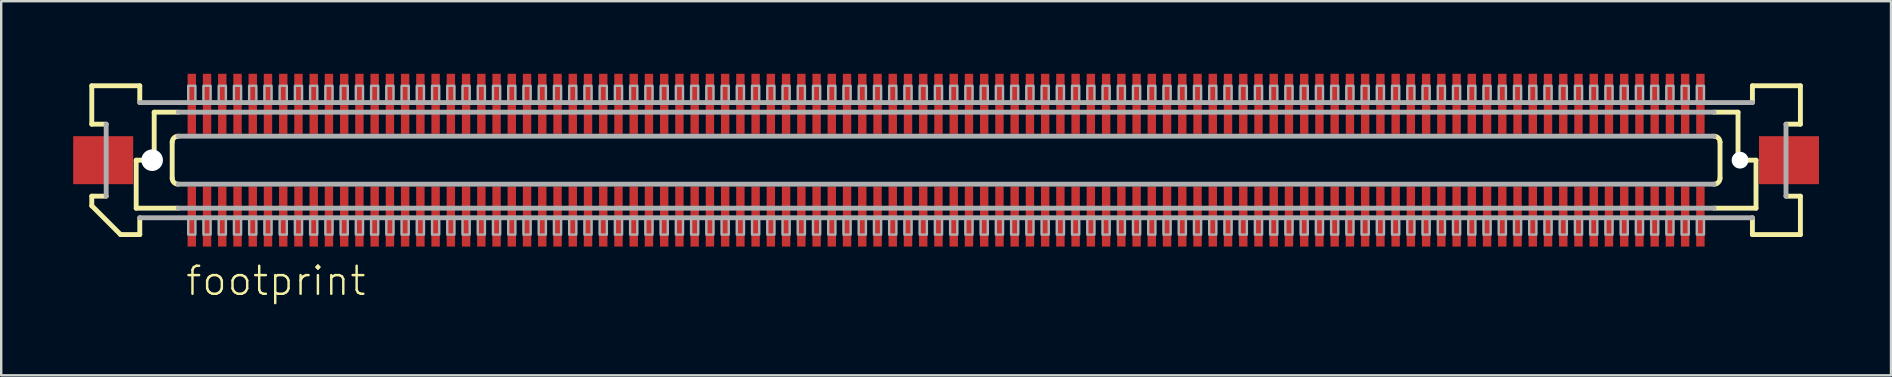
<source format=kicad_pcb>
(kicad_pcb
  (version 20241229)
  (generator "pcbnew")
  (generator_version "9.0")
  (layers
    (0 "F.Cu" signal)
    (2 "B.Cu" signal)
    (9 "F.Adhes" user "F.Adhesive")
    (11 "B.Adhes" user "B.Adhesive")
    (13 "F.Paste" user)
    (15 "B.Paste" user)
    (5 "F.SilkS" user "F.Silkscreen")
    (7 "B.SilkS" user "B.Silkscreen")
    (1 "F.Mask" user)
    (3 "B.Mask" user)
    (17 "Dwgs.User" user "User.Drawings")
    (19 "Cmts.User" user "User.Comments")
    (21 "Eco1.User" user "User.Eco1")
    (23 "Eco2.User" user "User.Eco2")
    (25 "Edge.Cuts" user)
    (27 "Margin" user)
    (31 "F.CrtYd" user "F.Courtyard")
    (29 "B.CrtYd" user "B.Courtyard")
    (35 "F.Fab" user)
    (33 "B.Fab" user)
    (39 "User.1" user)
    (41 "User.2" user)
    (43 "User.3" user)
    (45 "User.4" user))
  (footprint "footprint"
    (layer "F.Cu")
    (at 36.375 3.625)
    (property "Reference" "footprint" (at -31.75 5.715 0) (layer "F.SilkS") (effects (font (size 1.168 1.168) (thickness 0.102)) (justify left bottom)))
    (fp_poly (pts (xy -31.633 3.625) (xy -31.233 3.625) (xy -31.233 1.075) (xy -31.633 1.075)) (stroke (width 0) (type solid)) (fill yes) (layer "F.Mask"))
    (fp_poly (pts (xy -31.233 -3.625) (xy -31.633 -3.625) (xy -31.633 -1.075) (xy -31.233 -1.075)) (stroke (width 0) (type solid)) (fill yes) (layer "F.Mask"))
    (fp_poly (pts (xy -30.997 3.625) (xy -30.598 3.625) (xy -30.598 1.075) (xy -30.997 1.075)) (stroke (width 0) (type solid)) (fill yes) (layer "F.Mask"))
    (fp_poly (pts (xy -30.598 -3.625) (xy -30.997 -3.625) (xy -30.997 -1.075) (xy -30.598 -1.075)) (stroke (width 0) (type solid)) (fill yes) (layer "F.Mask"))
    (fp_poly (pts (xy -30.363 3.625) (xy -29.962 3.625) (xy -29.962 1.075) (xy -30.363 1.075)) (stroke (width 0) (type solid)) (fill yes) (layer "F.Mask"))
    (fp_poly (pts (xy -29.962 -3.625) (xy -30.363 -3.625) (xy -30.363 -1.075) (xy -29.962 -1.075)) (stroke (width 0) (type solid)) (fill yes) (layer "F.Mask"))
    (fp_poly (pts (xy -29.727 3.625) (xy -29.328 3.625) (xy -29.328 1.075) (xy -29.727 1.075)) (stroke (width 0) (type solid)) (fill yes) (layer "F.Mask"))
    (fp_poly (pts (xy -29.328 -3.625) (xy -29.727 -3.625) (xy -29.727 -1.075) (xy -29.328 -1.075)) (stroke (width 0) (type solid)) (fill yes) (layer "F.Mask"))
    (fp_poly (pts (xy -29.093 3.625) (xy -28.692 3.625) (xy -28.692 1.075) (xy -29.093 1.075)) (stroke (width 0) (type solid)) (fill yes) (layer "F.Mask"))
    (fp_poly (pts (xy -28.692 -3.625) (xy -29.093 -3.625) (xy -29.093 -1.075) (xy -28.692 -1.075)) (stroke (width 0) (type solid)) (fill yes) (layer "F.Mask"))
    (fp_poly (pts (xy -28.457 3.625) (xy -28.058 3.625) (xy -28.058 1.075) (xy -28.457 1.075)) (stroke (width 0) (type solid)) (fill yes) (layer "F.Mask"))
    (fp_poly (pts (xy -28.058 -3.625) (xy -28.457 -3.625) (xy -28.457 -1.075) (xy -28.058 -1.075)) (stroke (width 0) (type solid)) (fill yes) (layer "F.Mask"))
    (fp_poly (pts (xy -27.823 3.625) (xy -27.422 3.625) (xy -27.422 1.075) (xy -27.823 1.075)) (stroke (width 0) (type solid)) (fill yes) (layer "F.Mask"))
    (fp_poly (pts (xy -27.422 -3.625) (xy -27.823 -3.625) (xy -27.823 -1.075) (xy -27.422 -1.075)) (stroke (width 0) (type solid)) (fill yes) (layer "F.Mask"))
    (fp_poly (pts (xy -27.188 3.625) (xy -26.788 3.625) (xy -26.788 1.075) (xy -27.188 1.075)) (stroke (width 0) (type solid)) (fill yes) (layer "F.Mask"))
    (fp_poly (pts (xy -26.788 -3.625) (xy -27.188 -3.625) (xy -27.188 -1.075) (xy -26.788 -1.075)) (stroke (width 0) (type solid)) (fill yes) (layer "F.Mask"))
    (fp_poly (pts (xy -26.552 3.625) (xy -26.152 3.625) (xy -26.152 1.075) (xy -26.552 1.075)) (stroke (width 0) (type solid)) (fill yes) (layer "F.Mask"))
    (fp_poly (pts (xy -26.152 -3.625) (xy -26.552 -3.625) (xy -26.552 -1.075) (xy -26.152 -1.075)) (stroke (width 0) (type solid)) (fill yes) (layer "F.Mask"))
    (fp_poly (pts (xy -25.918 3.625) (xy -25.517 3.625) (xy -25.517 1.075) (xy -25.918 1.075)) (stroke (width 0) (type solid)) (fill yes) (layer "F.Mask"))
    (fp_poly (pts (xy -25.517 -3.625) (xy -25.918 -3.625) (xy -25.918 -1.075) (xy -25.517 -1.075)) (stroke (width 0) (type solid)) (fill yes) (layer "F.Mask"))
    (fp_poly (pts (xy -25.282 3.625) (xy -24.883 3.625) (xy -24.883 1.075) (xy -25.282 1.075)) (stroke (width 0) (type solid)) (fill yes) (layer "F.Mask"))
    (fp_poly (pts (xy -24.883 -3.625) (xy -25.282 -3.625) (xy -25.282 -1.075) (xy -24.883 -1.075)) (stroke (width 0) (type solid)) (fill yes) (layer "F.Mask"))
    (fp_poly (pts (xy -24.648 3.625) (xy -24.247 3.625) (xy -24.247 1.075) (xy -24.648 1.075)) (stroke (width 0) (type solid)) (fill yes) (layer "F.Mask"))
    (fp_poly (pts (xy -24.247 -3.625) (xy -24.648 -3.625) (xy -24.648 -1.075) (xy -24.247 -1.075)) (stroke (width 0) (type solid)) (fill yes) (layer "F.Mask"))
    (fp_poly (pts (xy -24.012 3.625) (xy -23.613 3.625) (xy -23.613 1.075) (xy -24.012 1.075)) (stroke (width 0) (type solid)) (fill yes) (layer "F.Mask"))
    (fp_poly (pts (xy -23.613 -3.625) (xy -24.012 -3.625) (xy -24.012 -1.075) (xy -23.613 -1.075)) (stroke (width 0) (type solid)) (fill yes) (layer "F.Mask"))
    (fp_poly (pts (xy -23.378 3.625) (xy -22.977 3.625) (xy -22.977 1.075) (xy -23.378 1.075)) (stroke (width 0) (type solid)) (fill yes) (layer "F.Mask"))
    (fp_poly (pts (xy -22.977 -3.625) (xy -23.378 -3.625) (xy -23.378 -1.075) (xy -22.977 -1.075)) (stroke (width 0) (type solid)) (fill yes) (layer "F.Mask"))
    (fp_poly (pts (xy -22.742 3.625) (xy -22.343 3.625) (xy -22.343 1.075) (xy -22.742 1.075)) (stroke (width 0) (type solid)) (fill yes) (layer "F.Mask"))
    (fp_poly (pts (xy -22.343 -3.625) (xy -22.742 -3.625) (xy -22.742 -1.075) (xy -22.343 -1.075)) (stroke (width 0) (type solid)) (fill yes) (layer "F.Mask"))
    (fp_poly (pts (xy -22.108 3.625) (xy -21.707 3.625) (xy -21.707 1.075) (xy -22.108 1.075)) (stroke (width 0) (type solid)) (fill yes) (layer "F.Mask"))
    (fp_poly (pts (xy -21.707 -3.625) (xy -22.108 -3.625) (xy -22.108 -1.075) (xy -21.707 -1.075)) (stroke (width 0) (type solid)) (fill yes) (layer "F.Mask"))
    (fp_poly (pts (xy -21.473 3.625) (xy -21.073 3.625) (xy -21.073 1.075) (xy -21.473 1.075)) (stroke (width 0) (type solid)) (fill yes) (layer "F.Mask"))
    (fp_poly (pts (xy -21.073 -3.625) (xy -21.473 -3.625) (xy -21.473 -1.075) (xy -21.073 -1.075)) (stroke (width 0) (type solid)) (fill yes) (layer "F.Mask"))
    (fp_poly (pts (xy -20.837 3.625) (xy -20.438 3.625) (xy -20.438 1.075) (xy -20.837 1.075)) (stroke (width 0) (type solid)) (fill yes) (layer "F.Mask"))
    (fp_poly (pts (xy -20.438 -3.625) (xy -20.837 -3.625) (xy -20.837 -1.075) (xy -20.438 -1.075)) (stroke (width 0) (type solid)) (fill yes) (layer "F.Mask"))
    (fp_poly (pts (xy -20.203 3.625) (xy -19.802 3.625) (xy -19.802 1.075) (xy -20.203 1.075)) (stroke (width 0) (type solid)) (fill yes) (layer "F.Mask"))
    (fp_poly (pts (xy -19.802 -3.625) (xy -20.203 -3.625) (xy -20.203 -1.075) (xy -19.802 -1.075)) (stroke (width 0) (type solid)) (fill yes) (layer "F.Mask"))
    (fp_poly (pts (xy -19.567 3.625) (xy -19.168 3.625) (xy -19.168 1.075) (xy -19.567 1.075)) (stroke (width 0) (type solid)) (fill yes) (layer "F.Mask"))
    (fp_poly (pts (xy -19.168 -3.625) (xy -19.567 -3.625) (xy -19.567 -1.075) (xy -19.168 -1.075)) (stroke (width 0) (type solid)) (fill yes) (layer "F.Mask"))
    (fp_poly (pts (xy -18.933 3.625) (xy -18.532 3.625) (xy -18.532 1.075) (xy -18.933 1.075)) (stroke (width 0) (type solid)) (fill yes) (layer "F.Mask"))
    (fp_poly (pts (xy -18.532 -3.625) (xy -18.933 -3.625) (xy -18.933 -1.075) (xy -18.532 -1.075)) (stroke (width 0) (type solid)) (fill yes) (layer "F.Mask"))
    (fp_poly (pts (xy -18.297 3.625) (xy -17.898 3.625) (xy -17.898 1.075) (xy -18.297 1.075)) (stroke (width 0) (type solid)) (fill yes) (layer "F.Mask"))
    (fp_poly (pts (xy -17.898 -3.625) (xy -18.297 -3.625) (xy -18.297 -1.075) (xy -17.898 -1.075)) (stroke (width 0) (type solid)) (fill yes) (layer "F.Mask"))
    (fp_poly (pts (xy -17.663 3.625) (xy -17.262 3.625) (xy -17.262 1.075) (xy -17.663 1.075)) (stroke (width 0) (type solid)) (fill yes) (layer "F.Mask"))
    (fp_poly (pts (xy -17.262 -3.625) (xy -17.663 -3.625) (xy -17.663 -1.075) (xy -17.262 -1.075)) (stroke (width 0) (type solid)) (fill yes) (layer "F.Mask"))
    (fp_poly (pts (xy -17.027 3.625) (xy -16.628 3.625) (xy -16.628 1.075) (xy -17.027 1.075)) (stroke (width 0) (type solid)) (fill yes) (layer "F.Mask"))
    (fp_poly (pts (xy -16.628 -3.625) (xy -17.027 -3.625) (xy -17.027 -1.075) (xy -16.628 -1.075)) (stroke (width 0) (type solid)) (fill yes) (layer "F.Mask"))
    (fp_poly (pts (xy -16.392 3.625) (xy -15.992 3.625) (xy -15.992 1.075) (xy -16.392 1.075)) (stroke (width 0) (type solid)) (fill yes) (layer "F.Mask"))
    (fp_poly (pts (xy -15.992 -3.625) (xy -16.392 -3.625) (xy -16.392 -1.075) (xy -15.992 -1.075)) (stroke (width 0) (type solid)) (fill yes) (layer "F.Mask"))
    (fp_poly (pts (xy -15.758 3.625) (xy -15.357 3.625) (xy -15.357 1.075) (xy -15.758 1.075)) (stroke (width 0) (type solid)) (fill yes) (layer "F.Mask"))
    (fp_poly (pts (xy -15.357 -3.625) (xy -15.758 -3.625) (xy -15.758 -1.075) (xy -15.357 -1.075)) (stroke (width 0) (type solid)) (fill yes) (layer "F.Mask"))
    (fp_poly (pts (xy -15.123 3.625) (xy -14.723 3.625) (xy -14.723 1.075) (xy -15.123 1.075)) (stroke (width 0) (type solid)) (fill yes) (layer "F.Mask"))
    (fp_poly (pts (xy -14.723 -3.625) (xy -15.123 -3.625) (xy -15.123 -1.075) (xy -14.723 -1.075)) (stroke (width 0) (type solid)) (fill yes) (layer "F.Mask"))
    (fp_poly (pts (xy -14.488 3.625) (xy -14.088 3.625) (xy -14.088 1.075) (xy -14.488 1.075)) (stroke (width 0) (type solid)) (fill yes) (layer "F.Mask"))
    (fp_poly (pts (xy -14.088 -3.625) (xy -14.488 -3.625) (xy -14.488 -1.075) (xy -14.088 -1.075)) (stroke (width 0) (type solid)) (fill yes) (layer "F.Mask"))
    (fp_poly (pts (xy -13.852 3.625) (xy -13.453 3.625) (xy -13.453 1.075) (xy -13.852 1.075)) (stroke (width 0) (type solid)) (fill yes) (layer "F.Mask"))
    (fp_poly (pts (xy -13.453 -3.625) (xy -13.852 -3.625) (xy -13.852 -1.075) (xy -13.453 -1.075)) (stroke (width 0) (type solid)) (fill yes) (layer "F.Mask"))
    (fp_poly (pts (xy -13.217 3.625) (xy -12.818 3.625) (xy -12.818 1.075) (xy -13.217 1.075)) (stroke (width 0) (type solid)) (fill yes) (layer "F.Mask"))
    (fp_poly (pts (xy -12.818 -3.625) (xy -13.217 -3.625) (xy -13.217 -1.075) (xy -12.818 -1.075)) (stroke (width 0) (type solid)) (fill yes) (layer "F.Mask"))
    (fp_poly (pts (xy -12.582 3.625) (xy -12.182 3.625) (xy -12.182 1.075) (xy -12.582 1.075)) (stroke (width 0) (type solid)) (fill yes) (layer "F.Mask"))
    (fp_poly (pts (xy -12.182 -3.625) (xy -12.582 -3.625) (xy -12.582 -1.075) (xy -12.182 -1.075)) (stroke (width 0) (type solid)) (fill yes) (layer "F.Mask"))
    (fp_poly (pts (xy -11.947 3.625) (xy -11.547 3.625) (xy -11.547 1.075) (xy -11.947 1.075)) (stroke (width 0) (type solid)) (fill yes) (layer "F.Mask"))
    (fp_poly (pts (xy -11.547 -3.625) (xy -11.947 -3.625) (xy -11.947 -1.075) (xy -11.547 -1.075)) (stroke (width 0) (type solid)) (fill yes) (layer "F.Mask"))
    (fp_poly (pts (xy -11.312 3.625) (xy -10.912 3.625) (xy -10.912 1.075) (xy -11.312 1.075)) (stroke (width 0) (type solid)) (fill yes) (layer "F.Mask"))
    (fp_poly (pts (xy -10.912 -3.625) (xy -11.312 -3.625) (xy -11.312 -1.075) (xy -10.912 -1.075)) (stroke (width 0) (type solid)) (fill yes) (layer "F.Mask"))
    (fp_poly (pts (xy -10.678 3.625) (xy -10.277 3.625) (xy -10.277 1.075) (xy -10.678 1.075)) (stroke (width 0) (type solid)) (fill yes) (layer "F.Mask"))
    (fp_poly (pts (xy -10.277 -3.625) (xy -10.678 -3.625) (xy -10.678 -1.075) (xy -10.277 -1.075)) (stroke (width 0) (type solid)) (fill yes) (layer "F.Mask"))
    (fp_poly (pts (xy -10.043 3.625) (xy -9.643 3.625) (xy -9.643 1.075) (xy -10.043 1.075)) (stroke (width 0) (type solid)) (fill yes) (layer "F.Mask"))
    (fp_poly (pts (xy -9.643 -3.625) (xy -10.043 -3.625) (xy -10.043 -1.075) (xy -9.643 -1.075)) (stroke (width 0) (type solid)) (fill yes) (layer "F.Mask"))
    (fp_poly (pts (xy -9.408 3.625) (xy -9.008 3.625) (xy -9.008 1.075) (xy -9.408 1.075)) (stroke (width 0) (type solid)) (fill yes) (layer "F.Mask"))
    (fp_poly (pts (xy -9.008 -3.625) (xy -9.408 -3.625) (xy -9.408 -1.075) (xy -9.008 -1.075)) (stroke (width 0) (type solid)) (fill yes) (layer "F.Mask"))
    (fp_poly (pts (xy -8.773 3.625) (xy -8.373 3.625) (xy -8.373 1.075) (xy -8.773 1.075)) (stroke (width 0) (type solid)) (fill yes) (layer "F.Mask"))
    (fp_poly (pts (xy -8.373 -3.625) (xy -8.773 -3.625) (xy -8.773 -1.075) (xy -8.373 -1.075)) (stroke (width 0) (type solid)) (fill yes) (layer "F.Mask"))
    (fp_poly (pts (xy -8.137 3.625) (xy -7.737 3.625) (xy -7.737 1.075) (xy -8.137 1.075)) (stroke (width 0) (type solid)) (fill yes) (layer "F.Mask"))
    (fp_poly (pts (xy -7.737 -3.625) (xy -8.137 -3.625) (xy -8.137 -1.075) (xy -7.737 -1.075)) (stroke (width 0) (type solid)) (fill yes) (layer "F.Mask"))
    (fp_poly (pts (xy -7.503 3.625) (xy -7.103 3.625) (xy -7.103 1.075) (xy -7.503 1.075)) (stroke (width 0) (type solid)) (fill yes) (layer "F.Mask"))
    (fp_poly (pts (xy -7.103 -3.625) (xy -7.503 -3.625) (xy -7.503 -1.075) (xy -7.103 -1.075)) (stroke (width 0) (type solid)) (fill yes) (layer "F.Mask"))
    (fp_poly (pts (xy -6.867 3.625) (xy -6.468 3.625) (xy -6.468 1.075) (xy -6.867 1.075)) (stroke (width 0) (type solid)) (fill yes) (layer "F.Mask"))
    (fp_poly (pts (xy -6.468 -3.625) (xy -6.867 -3.625) (xy -6.867 -1.075) (xy -6.468 -1.075)) (stroke (width 0) (type solid)) (fill yes) (layer "F.Mask"))
    (fp_poly (pts (xy -6.232 3.625) (xy -5.832 3.625) (xy -5.832 1.075) (xy -6.232 1.075)) (stroke (width 0) (type solid)) (fill yes) (layer "F.Mask"))
    (fp_poly (pts (xy -5.832 -3.625) (xy -6.232 -3.625) (xy -6.232 -1.075) (xy -5.832 -1.075)) (stroke (width 0) (type solid)) (fill yes) (layer "F.Mask"))
    (fp_poly (pts (xy -5.598 3.625) (xy -5.197 3.625) (xy -5.197 1.075) (xy -5.598 1.075)) (stroke (width 0) (type solid)) (fill yes) (layer "F.Mask"))
    (fp_poly (pts (xy -5.197 -3.625) (xy -5.598 -3.625) (xy -5.598 -1.075) (xy -5.197 -1.075)) (stroke (width 0) (type solid)) (fill yes) (layer "F.Mask"))
    (fp_poly (pts (xy -4.963 3.625) (xy -4.562 3.625) (xy -4.562 1.075) (xy -4.963 1.075)) (stroke (width 0) (type solid)) (fill yes) (layer "F.Mask"))
    (fp_poly (pts (xy -4.562 -3.625) (xy -4.963 -3.625) (xy -4.963 -1.075) (xy -4.562 -1.075)) (stroke (width 0) (type solid)) (fill yes) (layer "F.Mask"))
    (fp_poly (pts (xy -4.327 3.625) (xy -3.928 3.625) (xy -3.928 1.075) (xy -4.327 1.075)) (stroke (width 0) (type solid)) (fill yes) (layer "F.Mask"))
    (fp_poly (pts (xy -3.928 -3.625) (xy -4.327 -3.625) (xy -4.327 -1.075) (xy -3.928 -1.075)) (stroke (width 0) (type solid)) (fill yes) (layer "F.Mask"))
    (fp_poly (pts (xy -3.692 3.625) (xy -3.292 3.625) (xy -3.292 1.075) (xy -3.692 1.075)) (stroke (width 0) (type solid)) (fill yes) (layer "F.Mask"))
    (fp_poly (pts (xy -3.292 -3.625) (xy -3.692 -3.625) (xy -3.692 -1.075) (xy -3.292 -1.075)) (stroke (width 0) (type solid)) (fill yes) (layer "F.Mask"))
    (fp_poly (pts (xy -3.058 3.625) (xy -2.658 3.625) (xy -2.658 1.075) (xy -3.058 1.075)) (stroke (width 0) (type solid)) (fill yes) (layer "F.Mask"))
    (fp_poly (pts (xy -2.658 -3.625) (xy -3.058 -3.625) (xy -3.058 -1.075) (xy -2.658 -1.075)) (stroke (width 0) (type solid)) (fill yes) (layer "F.Mask"))
    (fp_poly (pts (xy -2.422 3.625) (xy -2.022 3.625) (xy -2.022 1.075) (xy -2.422 1.075)) (stroke (width 0) (type solid)) (fill yes) (layer "F.Mask"))
    (fp_poly (pts (xy -2.022 -3.625) (xy -2.422 -3.625) (xy -2.422 -1.075) (xy -2.022 -1.075)) (stroke (width 0) (type solid)) (fill yes) (layer "F.Mask"))
    (fp_poly (pts (xy -1.788 3.625) (xy -1.387 3.625) (xy -1.387 1.075) (xy -1.788 1.075)) (stroke (width 0) (type solid)) (fill yes) (layer "F.Mask"))
    (fp_poly (pts (xy -1.387 -3.625) (xy -1.788 -3.625) (xy -1.788 -1.075) (xy -1.387 -1.075)) (stroke (width 0) (type solid)) (fill yes) (layer "F.Mask"))
    (fp_poly (pts (xy -1.153 3.625) (xy -0.752 3.625) (xy -0.752 1.075) (xy -1.153 1.075)) (stroke (width 0) (type solid)) (fill yes) (layer "F.Mask"))
    (fp_poly (pts (xy -0.752 -3.625) (xy -1.153 -3.625) (xy -1.153 -1.075) (xy -0.752 -1.075)) (stroke (width 0) (type solid)) (fill yes) (layer "F.Mask"))
    (fp_poly (pts (xy -0.517 3.625) (xy -0.117 3.625) (xy -0.117 1.075) (xy -0.517 1.075)) (stroke (width 0) (type solid)) (fill yes) (layer "F.Mask"))
    (fp_poly (pts (xy -0.117 -3.625) (xy -0.517 -3.625) (xy -0.517 -1.075) (xy -0.117 -1.075)) (stroke (width 0) (type solid)) (fill yes) (layer "F.Mask"))
    (fp_poly (pts (xy 0.117 3.625) (xy 0.517 3.625) (xy 0.517 1.075) (xy 0.117 1.075)) (stroke (width 0) (type solid)) (fill yes) (layer "F.Mask"))
    (fp_poly (pts (xy 0.517 -3.625) (xy 0.117 -3.625) (xy 0.117 -1.075) (xy 0.517 -1.075)) (stroke (width 0) (type solid)) (fill yes) (layer "F.Mask"))
    (fp_poly (pts (xy 0.752 3.625) (xy 1.153 3.625) (xy 1.153 1.075) (xy 0.752 1.075)) (stroke (width 0) (type solid)) (fill yes) (layer "F.Mask"))
    (fp_poly (pts (xy 1.153 -3.625) (xy 0.752 -3.625) (xy 0.752 -1.075) (xy 1.153 -1.075)) (stroke (width 0) (type solid)) (fill yes) (layer "F.Mask"))
    (fp_poly (pts (xy 1.387 3.625) (xy 1.788 3.625) (xy 1.788 1.075) (xy 1.387 1.075)) (stroke (width 0) (type solid)) (fill yes) (layer "F.Mask"))
    (fp_poly (pts (xy 1.788 -3.625) (xy 1.387 -3.625) (xy 1.387 -1.075) (xy 1.788 -1.075)) (stroke (width 0) (type solid)) (fill yes) (layer "F.Mask"))
    (fp_poly (pts (xy 2.022 3.625) (xy 2.422 3.625) (xy 2.422 1.075) (xy 2.022 1.075)) (stroke (width 0) (type solid)) (fill yes) (layer "F.Mask"))
    (fp_poly (pts (xy 2.422 -3.625) (xy 2.022 -3.625) (xy 2.022 -1.075) (xy 2.422 -1.075)) (stroke (width 0) (type solid)) (fill yes) (layer "F.Mask"))
    (fp_poly (pts (xy 2.658 3.625) (xy 3.058 3.625) (xy 3.058 1.075) (xy 2.658 1.075)) (stroke (width 0) (type solid)) (fill yes) (layer "F.Mask"))
    (fp_poly (pts (xy 3.058 -3.625) (xy 2.658 -3.625) (xy 2.658 -1.075) (xy 3.058 -1.075)) (stroke (width 0) (type solid)) (fill yes) (layer "F.Mask"))
    (fp_poly (pts (xy 3.292 3.625) (xy 3.692 3.625) (xy 3.692 1.075) (xy 3.292 1.075)) (stroke (width 0) (type solid)) (fill yes) (layer "F.Mask"))
    (fp_poly (pts (xy 3.692 -3.625) (xy 3.292 -3.625) (xy 3.292 -1.075) (xy 3.692 -1.075)) (stroke (width 0) (type solid)) (fill yes) (layer "F.Mask"))
    (fp_poly (pts (xy 3.928 3.625) (xy 4.327 3.625) (xy 4.327 1.075) (xy 3.928 1.075)) (stroke (width 0) (type solid)) (fill yes) (layer "F.Mask"))
    (fp_poly (pts (xy 4.327 -3.625) (xy 3.928 -3.625) (xy 3.928 -1.075) (xy 4.327 -1.075)) (stroke (width 0) (type solid)) (fill yes) (layer "F.Mask"))
    (fp_poly (pts (xy 4.562 3.625) (xy 4.963 3.625) (xy 4.963 1.075) (xy 4.562 1.075)) (stroke (width 0) (type solid)) (fill yes) (layer "F.Mask"))
    (fp_poly (pts (xy 4.963 -3.625) (xy 4.562 -3.625) (xy 4.562 -1.075) (xy 4.963 -1.075)) (stroke (width 0) (type solid)) (fill yes) (layer "F.Mask"))
    (fp_poly (pts (xy 5.197 3.625) (xy 5.598 3.625) (xy 5.598 1.075) (xy 5.197 1.075)) (stroke (width 0) (type solid)) (fill yes) (layer "F.Mask"))
    (fp_poly (pts (xy 5.598 -3.625) (xy 5.197 -3.625) (xy 5.197 -1.075) (xy 5.598 -1.075)) (stroke (width 0) (type solid)) (fill yes) (layer "F.Mask"))
    (fp_poly (pts (xy 5.832 3.625) (xy 6.232 3.625) (xy 6.232 1.075) (xy 5.832 1.075)) (stroke (width 0) (type solid)) (fill yes) (layer "F.Mask"))
    (fp_poly (pts (xy 6.232 -3.625) (xy 5.832 -3.625) (xy 5.832 -1.075) (xy 6.232 -1.075)) (stroke (width 0) (type solid)) (fill yes) (layer "F.Mask"))
    (fp_poly (pts (xy 6.468 3.625) (xy 6.867 3.625) (xy 6.867 1.075) (xy 6.468 1.075)) (stroke (width 0) (type solid)) (fill yes) (layer "F.Mask"))
    (fp_poly (pts (xy 6.867 -3.625) (xy 6.468 -3.625) (xy 6.468 -1.075) (xy 6.867 -1.075)) (stroke (width 0) (type solid)) (fill yes) (layer "F.Mask"))
    (fp_poly (pts (xy 7.103 3.625) (xy 7.503 3.625) (xy 7.503 1.075) (xy 7.103 1.075)) (stroke (width 0) (type solid)) (fill yes) (layer "F.Mask"))
    (fp_poly (pts (xy 7.503 -3.625) (xy 7.103 -3.625) (xy 7.103 -1.075) (xy 7.503 -1.075)) (stroke (width 0) (type solid)) (fill yes) (layer "F.Mask"))
    (fp_poly (pts (xy 7.737 3.625) (xy 8.137 3.625) (xy 8.137 1.075) (xy 7.737 1.075)) (stroke (width 0) (type solid)) (fill yes) (layer "F.Mask"))
    (fp_poly (pts (xy 8.137 -3.625) (xy 7.737 -3.625) (xy 7.737 -1.075) (xy 8.137 -1.075)) (stroke (width 0) (type solid)) (fill yes) (layer "F.Mask"))
    (fp_poly (pts (xy 8.373 3.625) (xy 8.773 3.625) (xy 8.773 1.075) (xy 8.373 1.075)) (stroke (width 0) (type solid)) (fill yes) (layer "F.Mask"))
    (fp_poly (pts (xy 8.773 -3.625) (xy 8.373 -3.625) (xy 8.373 -1.075) (xy 8.773 -1.075)) (stroke (width 0) (type solid)) (fill yes) (layer "F.Mask"))
    (fp_poly (pts (xy 9.008 3.625) (xy 9.408 3.625) (xy 9.408 1.075) (xy 9.008 1.075)) (stroke (width 0) (type solid)) (fill yes) (layer "F.Mask"))
    (fp_poly (pts (xy 9.408 -3.625) (xy 9.008 -3.625) (xy 9.008 -1.075) (xy 9.408 -1.075)) (stroke (width 0) (type solid)) (fill yes) (layer "F.Mask"))
    (fp_poly (pts (xy 9.643 3.625) (xy 10.043 3.625) (xy 10.043 1.075) (xy 9.643 1.075)) (stroke (width 0) (type solid)) (fill yes) (layer "F.Mask"))
    (fp_poly (pts (xy 10.043 -3.625) (xy 9.643 -3.625) (xy 9.643 -1.075) (xy 10.043 -1.075)) (stroke (width 0) (type solid)) (fill yes) (layer "F.Mask"))
    (fp_poly (pts (xy 10.277 3.625) (xy 10.678 3.625) (xy 10.678 1.075) (xy 10.277 1.075)) (stroke (width 0) (type solid)) (fill yes) (layer "F.Mask"))
    (fp_poly (pts (xy 10.678 -3.625) (xy 10.277 -3.625) (xy 10.277 -1.075) (xy 10.678 -1.075)) (stroke (width 0) (type solid)) (fill yes) (layer "F.Mask"))
    (fp_poly (pts (xy 10.912 3.625) (xy 11.312 3.625) (xy 11.312 1.075) (xy 10.912 1.075)) (stroke (width 0) (type solid)) (fill yes) (layer "F.Mask"))
    (fp_poly (pts (xy 11.312 -3.625) (xy 10.912 -3.625) (xy 10.912 -1.075) (xy 11.312 -1.075)) (stroke (width 0) (type solid)) (fill yes) (layer "F.Mask"))
    (fp_poly (pts (xy 11.547 3.625) (xy 11.947 3.625) (xy 11.947 1.075) (xy 11.547 1.075)) (stroke (width 0) (type solid)) (fill yes) (layer "F.Mask"))
    (fp_poly (pts (xy 11.947 -3.625) (xy 11.547 -3.625) (xy 11.547 -1.075) (xy 11.947 -1.075)) (stroke (width 0) (type solid)) (fill yes) (layer "F.Mask"))
    (fp_poly (pts (xy 12.182 3.625) (xy 12.582 3.625) (xy 12.582 1.075) (xy 12.182 1.075)) (stroke (width 0) (type solid)) (fill yes) (layer "F.Mask"))
    (fp_poly (pts (xy 12.582 -3.625) (xy 12.182 -3.625) (xy 12.182 -1.075) (xy 12.582 -1.075)) (stroke (width 0) (type solid)) (fill yes) (layer "F.Mask"))
    (fp_poly (pts (xy 12.818 3.625) (xy 13.217 3.625) (xy 13.217 1.075) (xy 12.818 1.075)) (stroke (width 0) (type solid)) (fill yes) (layer "F.Mask"))
    (fp_poly (pts (xy 13.217 -3.625) (xy 12.818 -3.625) (xy 12.818 -1.075) (xy 13.217 -1.075)) (stroke (width 0) (type solid)) (fill yes) (layer "F.Mask"))
    (fp_poly (pts (xy 13.453 3.625) (xy 13.852 3.625) (xy 13.852 1.075) (xy 13.453 1.075)) (stroke (width 0) (type solid)) (fill yes) (layer "F.Mask"))
    (fp_poly (pts (xy 13.852 -3.625) (xy 13.453 -3.625) (xy 13.453 -1.075) (xy 13.852 -1.075)) (stroke (width 0) (type solid)) (fill yes) (layer "F.Mask"))
    (fp_poly (pts (xy 14.088 3.625) (xy 14.488 3.625) (xy 14.488 1.075) (xy 14.088 1.075)) (stroke (width 0) (type solid)) (fill yes) (layer "F.Mask"))
    (fp_poly (pts (xy 14.488 -3.625) (xy 14.088 -3.625) (xy 14.088 -1.075) (xy 14.488 -1.075)) (stroke (width 0) (type solid)) (fill yes) (layer "F.Mask"))
    (fp_poly (pts (xy 14.723 3.625) (xy 15.123 3.625) (xy 15.123 1.075) (xy 14.723 1.075)) (stroke (width 0) (type solid)) (fill yes) (layer "F.Mask"))
    (fp_poly (pts (xy 15.123 -3.625) (xy 14.723 -3.625) (xy 14.723 -1.075) (xy 15.123 -1.075)) (stroke (width 0) (type solid)) (fill yes) (layer "F.Mask"))
    (fp_poly (pts (xy 15.357 3.625) (xy 15.758 3.625) (xy 15.758 1.075) (xy 15.357 1.075)) (stroke (width 0) (type solid)) (fill yes) (layer "F.Mask"))
    (fp_poly (pts (xy 15.758 -3.625) (xy 15.357 -3.625) (xy 15.357 -1.075) (xy 15.758 -1.075)) (stroke (width 0) (type solid)) (fill yes) (layer "F.Mask"))
    (fp_poly (pts (xy 15.992 3.625) (xy 16.392 3.625) (xy 16.392 1.075) (xy 15.992 1.075)) (stroke (width 0) (type solid)) (fill yes) (layer "F.Mask"))
    (fp_poly (pts (xy 16.392 -3.625) (xy 15.992 -3.625) (xy 15.992 -1.075) (xy 16.392 -1.075)) (stroke (width 0) (type solid)) (fill yes) (layer "F.Mask"))
    (fp_poly (pts (xy 16.628 3.625) (xy 17.027 3.625) (xy 17.027 1.075) (xy 16.628 1.075)) (stroke (width 0) (type solid)) (fill yes) (layer "F.Mask"))
    (fp_poly (pts (xy 17.027 -3.625) (xy 16.628 -3.625) (xy 16.628 -1.075) (xy 17.027 -1.075)) (stroke (width 0) (type solid)) (fill yes) (layer "F.Mask"))
    (fp_poly (pts (xy 17.262 3.625) (xy 17.663 3.625) (xy 17.663 1.075) (xy 17.262 1.075)) (stroke (width 0) (type solid)) (fill yes) (layer "F.Mask"))
    (fp_poly (pts (xy 17.663 -3.625) (xy 17.262 -3.625) (xy 17.262 -1.075) (xy 17.663 -1.075)) (stroke (width 0) (type solid)) (fill yes) (layer "F.Mask"))
    (fp_poly (pts (xy 17.898 3.625) (xy 18.297 3.625) (xy 18.297 1.075) (xy 17.898 1.075)) (stroke (width 0) (type solid)) (fill yes) (layer "F.Mask"))
    (fp_poly (pts (xy 18.297 -3.625) (xy 17.898 -3.625) (xy 17.898 -1.075) (xy 18.297 -1.075)) (stroke (width 0) (type solid)) (fill yes) (layer "F.Mask"))
    (fp_poly (pts (xy 18.532 3.625) (xy 18.933 3.625) (xy 18.933 1.075) (xy 18.532 1.075)) (stroke (width 0) (type solid)) (fill yes) (layer "F.Mask"))
    (fp_poly (pts (xy 18.933 -3.625) (xy 18.532 -3.625) (xy 18.532 -1.075) (xy 18.933 -1.075)) (stroke (width 0) (type solid)) (fill yes) (layer "F.Mask"))
    (fp_poly (pts (xy 19.168 3.625) (xy 19.567 3.625) (xy 19.567 1.075) (xy 19.168 1.075)) (stroke (width 0) (type solid)) (fill yes) (layer "F.Mask"))
    (fp_poly (pts (xy 19.567 -3.625) (xy 19.168 -3.625) (xy 19.168 -1.075) (xy 19.567 -1.075)) (stroke (width 0) (type solid)) (fill yes) (layer "F.Mask"))
    (fp_poly (pts (xy 19.802 3.625) (xy 20.203 3.625) (xy 20.203 1.075) (xy 19.802 1.075)) (stroke (width 0) (type solid)) (fill yes) (layer "F.Mask"))
    (fp_poly (pts (xy 20.203 -3.625) (xy 19.802 -3.625) (xy 19.802 -1.075) (xy 20.203 -1.075)) (stroke (width 0) (type solid)) (fill yes) (layer "F.Mask"))
    (fp_poly (pts (xy 20.438 3.625) (xy 20.837 3.625) (xy 20.837 1.075) (xy 20.438 1.075)) (stroke (width 0) (type solid)) (fill yes) (layer "F.Mask"))
    (fp_poly (pts (xy 20.837 -3.625) (xy 20.438 -3.625) (xy 20.438 -1.075) (xy 20.837 -1.075)) (stroke (width 0) (type solid)) (fill yes) (layer "F.Mask"))
    (fp_poly (pts (xy 21.073 3.625) (xy 21.473 3.625) (xy 21.473 1.075) (xy 21.073 1.075)) (stroke (width 0) (type solid)) (fill yes) (layer "F.Mask"))
    (fp_poly (pts (xy 21.473 -3.625) (xy 21.073 -3.625) (xy 21.073 -1.075) (xy 21.473 -1.075)) (stroke (width 0) (type solid)) (fill yes) (layer "F.Mask"))
    (fp_poly (pts (xy 21.707 3.625) (xy 22.108 3.625) (xy 22.108 1.075) (xy 21.707 1.075)) (stroke (width 0) (type solid)) (fill yes) (layer "F.Mask"))
    (fp_poly (pts (xy 22.108 -3.625) (xy 21.707 -3.625) (xy 21.707 -1.075) (xy 22.108 -1.075)) (stroke (width 0) (type solid)) (fill yes) (layer "F.Mask"))
    (fp_poly (pts (xy 22.343 3.625) (xy 22.742 3.625) (xy 22.742 1.075) (xy 22.343 1.075)) (stroke (width 0) (type solid)) (fill yes) (layer "F.Mask"))
    (fp_poly (pts (xy 22.742 -3.625) (xy 22.343 -3.625) (xy 22.343 -1.075) (xy 22.742 -1.075)) (stroke (width 0) (type solid)) (fill yes) (layer "F.Mask"))
    (fp_poly (pts (xy 22.977 3.625) (xy 23.378 3.625) (xy 23.378 1.075) (xy 22.977 1.075)) (stroke (width 0) (type solid)) (fill yes) (layer "F.Mask"))
    (fp_poly (pts (xy 23.378 -3.625) (xy 22.977 -3.625) (xy 22.977 -1.075) (xy 23.378 -1.075)) (stroke (width 0) (type solid)) (fill yes) (layer "F.Mask"))
    (fp_poly (pts (xy 23.613 3.625) (xy 24.012 3.625) (xy 24.012 1.075) (xy 23.613 1.075)) (stroke (width 0) (type solid)) (fill yes) (layer "F.Mask"))
    (fp_poly (pts (xy 24.012 -3.625) (xy 23.613 -3.625) (xy 23.613 -1.075) (xy 24.012 -1.075)) (stroke (width 0) (type solid)) (fill yes) (layer "F.Mask"))
    (fp_poly (pts (xy 24.247 3.625) (xy 24.648 3.625) (xy 24.648 1.075) (xy 24.247 1.075)) (stroke (width 0) (type solid)) (fill yes) (layer "F.Mask"))
    (fp_poly (pts (xy 24.648 -3.625) (xy 24.247 -3.625) (xy 24.247 -1.075) (xy 24.648 -1.075)) (stroke (width 0) (type solid)) (fill yes) (layer "F.Mask"))
    (fp_poly (pts (xy 24.883 3.625) (xy 25.282 3.625) (xy 25.282 1.075) (xy 24.883 1.075)) (stroke (width 0) (type solid)) (fill yes) (layer "F.Mask"))
    (fp_poly (pts (xy 25.282 -3.625) (xy 24.883 -3.625) (xy 24.883 -1.075) (xy 25.282 -1.075)) (stroke (width 0) (type solid)) (fill yes) (layer "F.Mask"))
    (fp_poly (pts (xy 25.517 3.625) (xy 25.918 3.625) (xy 25.918 1.075) (xy 25.517 1.075)) (stroke (width 0) (type solid)) (fill yes) (layer "F.Mask"))
    (fp_poly (pts (xy 25.918 -3.625) (xy 25.517 -3.625) (xy 25.517 -1.075) (xy 25.918 -1.075)) (stroke (width 0) (type solid)) (fill yes) (layer "F.Mask"))
    (fp_poly (pts (xy 26.152 3.625) (xy 26.552 3.625) (xy 26.552 1.075) (xy 26.152 1.075)) (stroke (width 0) (type solid)) (fill yes) (layer "F.Mask"))
    (fp_poly (pts (xy 26.552 -3.625) (xy 26.152 -3.625) (xy 26.152 -1.075) (xy 26.552 -1.075)) (stroke (width 0) (type solid)) (fill yes) (layer "F.Mask"))
    (fp_poly (pts (xy 26.788 3.625) (xy 27.188 3.625) (xy 27.188 1.075) (xy 26.788 1.075)) (stroke (width 0) (type solid)) (fill yes) (layer "F.Mask"))
    (fp_poly (pts (xy 27.188 -3.625) (xy 26.788 -3.625) (xy 26.788 -1.075) (xy 27.188 -1.075)) (stroke (width 0) (type solid)) (fill yes) (layer "F.Mask"))
    (fp_poly (pts (xy 27.422 3.625) (xy 27.823 3.625) (xy 27.823 1.075) (xy 27.422 1.075)) (stroke (width 0) (type solid)) (fill yes) (layer "F.Mask"))
    (fp_poly (pts (xy 27.823 -3.625) (xy 27.422 -3.625) (xy 27.422 -1.075) (xy 27.823 -1.075)) (stroke (width 0) (type solid)) (fill yes) (layer "F.Mask"))
    (fp_poly (pts (xy 28.058 3.625) (xy 28.457 3.625) (xy 28.457 1.075) (xy 28.058 1.075)) (stroke (width 0) (type solid)) (fill yes) (layer "F.Mask"))
    (fp_poly (pts (xy 28.457 -3.625) (xy 28.058 -3.625) (xy 28.058 -1.075) (xy 28.457 -1.075)) (stroke (width 0) (type solid)) (fill yes) (layer "F.Mask"))
    (fp_poly (pts (xy 28.692 3.625) (xy 29.093 3.625) (xy 29.093 1.075) (xy 28.692 1.075)) (stroke (width 0) (type solid)) (fill yes) (layer "F.Mask"))
    (fp_poly (pts (xy 29.093 -3.625) (xy 28.692 -3.625) (xy 28.692 -1.075) (xy 29.093 -1.075)) (stroke (width 0) (type solid)) (fill yes) (layer "F.Mask"))
    (fp_poly (pts (xy 29.328 3.625) (xy 29.727 3.625) (xy 29.727 1.075) (xy 29.328 1.075)) (stroke (width 0) (type solid)) (fill yes) (layer "F.Mask"))
    (fp_poly (pts (xy 29.727 -3.625) (xy 29.328 -3.625) (xy 29.328 -1.075) (xy 29.727 -1.075)) (stroke (width 0) (type solid)) (fill yes) (layer "F.Mask"))
    (fp_poly (pts (xy 29.962 3.625) (xy 30.363 3.625) (xy 30.363 1.075) (xy 29.962 1.075)) (stroke (width 0) (type solid)) (fill yes) (layer "F.Mask"))
    (fp_poly (pts (xy 30.363 -3.625) (xy 29.962 -3.625) (xy 29.962 -1.075) (xy 30.363 -1.075)) (stroke (width 0) (type solid)) (fill yes) (layer "F.Mask"))
    (fp_poly (pts (xy 30.598 3.625) (xy 30.997 3.625) (xy 30.997 1.075) (xy 30.598 1.075)) (stroke (width 0) (type solid)) (fill yes) (layer "F.Mask"))
    (fp_poly (pts (xy 30.997 -3.625) (xy 30.598 -3.625) (xy 30.598 -1.075) (xy 30.997 -1.075)) (stroke (width 0) (type solid)) (fill yes) (layer "F.Mask"))
    (fp_poly (pts (xy 31.233 3.625) (xy 31.633 3.625) (xy 31.633 1.075) (xy 31.233 1.075)) (stroke (width 0) (type solid)) (fill yes) (layer "F.Mask"))
    (fp_poly (pts (xy 31.633 -3.625) (xy 31.233 -3.625) (xy 31.233 -1.075) (xy 31.633 -1.075)) (stroke (width 0) (type solid)) (fill yes) (layer "F.Mask"))
    (fp_line (start -35.6 -3.1) (end -33.6 -3.1) (stroke (width 0.203) (type solid)) (layer "F.SilkS"))
    (fp_line (start -35.6 -1.5) (end -35.6 -3.1) (stroke (width 0.203) (type solid)) (layer "F.SilkS"))
    (fp_line (start -35.6 1.5) (end -35 1.5) (stroke (width 0.203) (type solid)) (layer "F.SilkS"))
    (fp_line (start -35.6 1.9) (end -35.6 1.5) (stroke (width 0.203) (type solid)) (layer "F.SilkS"))
    (fp_line (start -35 -1.5) (end -35.6 -1.5) (stroke (width 0.203) (type solid)) (layer "F.SilkS"))
    (fp_line (start -34.4 3.1) (end -35.6 1.9) (stroke (width 0.203) (type solid)) (layer "F.SilkS"))
    (fp_line (start -33.75 0) (end -33.75 2) (stroke (width 0.203) (type solid)) (layer "F.SilkS"))
    (fp_line (start -33.75 2) (end -32 2) (stroke (width 0.203) (type solid)) (layer "F.SilkS"))
    (fp_line (start -33.6 -3.1) (end -33.6 -2.4) (stroke (width 0.203) (type solid)) (layer "F.SilkS"))
    (fp_line (start -33.6 2.4) (end -33.6 3.1) (stroke (width 0.203) (type solid)) (layer "F.SilkS"))
    (fp_line (start -33.6 3.1) (end -34.4 3.1) (stroke (width 0.203) (type solid)) (layer "F.SilkS"))
    (fp_line (start -33 -2) (end -33 0) (stroke (width 0.203) (type solid)) (layer "F.SilkS"))
    (fp_line (start -33 0) (end -33.75 0) (stroke (width 0.203) (type solid)) (layer "F.SilkS"))
    (fp_line (start -32.25 0.75) (end -32.25 -0.75) (stroke (width 0.203) (type solid)) (layer "F.SilkS"))
    (fp_line (start -32 -2) (end -33 -2) (stroke (width 0.203) (type solid)) (layer "F.SilkS"))
    (fp_line (start 32 2) (end 33.75 2) (stroke (width 0.203) (type solid)) (layer "F.SilkS"))
    (fp_line (start 32.25 -0.75) (end 32.25 0.75) (stroke (width 0.203) (type solid)) (layer "F.SilkS"))
    (fp_line (start 33 -2) (end 32 -2) (stroke (width 0.203) (type solid)) (layer "F.SilkS"))
    (fp_line (start 33 -2) (end 33 0) (stroke (width 0.203) (type solid)) (layer "F.SilkS"))
    (fp_line (start 33.6 -3.1) (end 35.6 -3.1) (stroke (width 0.203) (type solid)) (layer "F.SilkS"))
    (fp_line (start 33.6 -2.4) (end 33.6 -3.1) (stroke (width 0.203) (type solid)) (layer "F.SilkS"))
    (fp_line (start 33.6 3.1) (end 33.6 2.4) (stroke (width 0.203) (type solid)) (layer "F.SilkS"))
    (fp_line (start 33.75 0) (end 33 0) (stroke (width 0.203) (type solid)) (layer "F.SilkS"))
    (fp_line (start 33.75 0) (end 33.75 2) (stroke (width 0.203) (type solid)) (layer "F.SilkS"))
    (fp_line (start 35 1.5) (end 35.6 1.5) (stroke (width 0.203) (type solid)) (layer "F.SilkS"))
    (fp_line (start 35.6 -3.1) (end 35.6 -1.5) (stroke (width 0.203) (type solid)) (layer "F.SilkS"))
    (fp_line (start 35.6 -1.5) (end 35 -1.5) (stroke (width 0.203) (type solid)) (layer "F.SilkS"))
    (fp_line (start 35.6 1.5) (end 35.6 3.1) (stroke (width 0.203) (type solid)) (layer "F.SilkS"))
    (fp_line (start 35.6 3.1) (end 33.6 3.1) (stroke (width 0.203) (type solid)) (layer "F.SilkS"))
    (fp_arc (start -32.25 -0.75) (mid -32.176777 -0.926777) (end -32 -1) (stroke (width 0.2032) (type solid)) (layer "F.SilkS"))
    (fp_arc (start -32 1) (mid -32.176777 0.926777) (end -32.25 0.75) (stroke (width 0.2032) (type solid)) (layer "F.SilkS"))
    (fp_arc (start 32 -1) (mid 32.176777 -0.926777) (end 32.25 -0.75) (stroke (width 0.2032) (type solid)) (layer "F.SilkS"))
    (fp_arc (start 32.25 0.75) (mid 32.176777 0.926777) (end 32 1) (stroke (width 0.2032) (type solid)) (layer "F.SilkS"))
    (fp_line (start -35 1.5) (end -35 -1.5) (stroke (width 0.203) (type solid)) (layer "F.Fab"))
    (fp_line (start -33.6 -2.4) (end 33.6 -2.4) (stroke (width 0.203) (type solid)) (layer "F.Fab"))
    (fp_line (start -32 -1) (end 32 -1) (stroke (width 0.203) (type solid)) (layer "F.Fab"))
    (fp_line (start -32 2) (end 32 2) (stroke (width 0.203) (type solid)) (layer "F.Fab"))
    (fp_line (start 32 -2) (end -32 -2) (stroke (width 0.203) (type solid)) (layer "F.Fab"))
    (fp_line (start 32 1) (end -32 1) (stroke (width 0.203) (type solid)) (layer "F.Fab"))
    (fp_line (start 33.6 2.4) (end -33.6 2.4) (stroke (width 0.203) (type solid)) (layer "F.Fab"))
    (fp_line (start 35 -1.5) (end 35 1.5) (stroke (width 0.203) (type solid)) (layer "F.Fab"))
    (fp_poly (pts (xy -31.582 3.1) (xy -31.282 3.1) (xy -31.282 2.375) (xy -31.582 2.375)) (stroke (width 0.1) (type solid)) (fill no) (layer "F.Fab"))
    (fp_poly (pts (xy -31.282 -3.1) (xy -31.582 -3.1) (xy -31.582 -2.375) (xy -31.282 -2.375)) (stroke (width 0.1) (type solid)) (fill no) (layer "F.Fab"))
    (fp_poly (pts (xy -30.948 3.1) (xy -30.648 3.1) (xy -30.648 2.375) (xy -30.948 2.375)) (stroke (width 0.1) (type solid)) (fill no) (layer "F.Fab"))
    (fp_poly (pts (xy -30.648 -3.1) (xy -30.948 -3.1) (xy -30.948 -2.375) (xy -30.648 -2.375)) (stroke (width 0.1) (type solid)) (fill no) (layer "F.Fab"))
    (fp_poly (pts (xy -30.312 3.1) (xy -30.012 3.1) (xy -30.012 2.375) (xy -30.312 2.375)) (stroke (width 0.1) (type solid)) (fill no) (layer "F.Fab"))
    (fp_poly (pts (xy -30.012 -3.1) (xy -30.312 -3.1) (xy -30.312 -2.375) (xy -30.012 -2.375)) (stroke (width 0.1) (type solid)) (fill no) (layer "F.Fab"))
    (fp_poly (pts (xy -29.677 3.1) (xy -29.378 3.1) (xy -29.378 2.375) (xy -29.677 2.375)) (stroke (width 0.1) (type solid)) (fill no) (layer "F.Fab"))
    (fp_poly (pts (xy -29.378 -3.1) (xy -29.677 -3.1) (xy -29.677 -2.375) (xy -29.378 -2.375)) (stroke (width 0.1) (type solid)) (fill no) (layer "F.Fab"))
    (fp_poly (pts (xy -29.043 3.1) (xy -28.742 3.1) (xy -28.742 2.375) (xy -29.043 2.375)) (stroke (width 0.1) (type solid)) (fill no) (layer "F.Fab"))
    (fp_poly (pts (xy -28.742 -3.1) (xy -29.043 -3.1) (xy -29.043 -2.375) (xy -28.742 -2.375)) (stroke (width 0.1) (type solid)) (fill no) (layer "F.Fab"))
    (fp_poly (pts (xy -28.407 3.1) (xy -28.108 3.1) (xy -28.108 2.375) (xy -28.407 2.375)) (stroke (width 0.1) (type solid)) (fill no) (layer "F.Fab"))
    (fp_poly (pts (xy -28.108 -3.1) (xy -28.407 -3.1) (xy -28.407 -2.375) (xy -28.108 -2.375)) (stroke (width 0.1) (type solid)) (fill no) (layer "F.Fab"))
    (fp_poly (pts (xy -27.773 3.1) (xy -27.473 3.1) (xy -27.473 2.375) (xy -27.773 2.375)) (stroke (width 0.1) (type solid)) (fill no) (layer "F.Fab"))
    (fp_poly (pts (xy -27.473 -3.1) (xy -27.773 -3.1) (xy -27.773 -2.375) (xy -27.473 -2.375)) (stroke (width 0.1) (type solid)) (fill no) (layer "F.Fab"))
    (fp_poly (pts (xy -27.137 3.1) (xy -26.837 3.1) (xy -26.837 2.375) (xy -27.137 2.375)) (stroke (width 0.1) (type solid)) (fill no) (layer "F.Fab"))
    (fp_poly (pts (xy -26.837 -3.1) (xy -27.137 -3.1) (xy -27.137 -2.375) (xy -26.837 -2.375)) (stroke (width 0.1) (type solid)) (fill no) (layer "F.Fab"))
    (fp_poly (pts (xy -26.503 3.1) (xy -26.203 3.1) (xy -26.203 2.375) (xy -26.503 2.375)) (stroke (width 0.1) (type solid)) (fill no) (layer "F.Fab"))
    (fp_poly (pts (xy -26.203 -3.1) (xy -26.503 -3.1) (xy -26.503 -2.375) (xy -26.203 -2.375)) (stroke (width 0.1) (type solid)) (fill no) (layer "F.Fab"))
    (fp_poly (pts (xy -25.867 3.1) (xy -25.567 3.1) (xy -25.567 2.375) (xy -25.867 2.375)) (stroke (width 0.1) (type solid)) (fill no) (layer "F.Fab"))
    (fp_poly (pts (xy -25.567 -3.1) (xy -25.867 -3.1) (xy -25.867 -2.375) (xy -25.567 -2.375)) (stroke (width 0.1) (type solid)) (fill no) (layer "F.Fab"))
    (fp_poly (pts (xy -25.233 3.1) (xy -24.933 3.1) (xy -24.933 2.375) (xy -25.233 2.375)) (stroke (width 0.1) (type solid)) (fill no) (layer "F.Fab"))
    (fp_poly (pts (xy -24.933 -3.1) (xy -25.233 -3.1) (xy -25.233 -2.375) (xy -24.933 -2.375)) (stroke (width 0.1) (type solid)) (fill no) (layer "F.Fab"))
    (fp_poly (pts (xy -24.598 3.1) (xy -24.297 3.1) (xy -24.297 2.375) (xy -24.598 2.375)) (stroke (width 0.1) (type solid)) (fill no) (layer "F.Fab"))
    (fp_poly (pts (xy -24.297 -3.1) (xy -24.598 -3.1) (xy -24.598 -2.375) (xy -24.297 -2.375)) (stroke (width 0.1) (type solid)) (fill no) (layer "F.Fab"))
    (fp_poly (pts (xy -23.962 3.1) (xy -23.663 3.1) (xy -23.663 2.375) (xy -23.962 2.375)) (stroke (width 0.1) (type solid)) (fill no) (layer "F.Fab"))
    (fp_poly (pts (xy -23.663 -3.1) (xy -23.962 -3.1) (xy -23.962 -2.375) (xy -23.663 -2.375)) (stroke (width 0.1) (type solid)) (fill no) (layer "F.Fab"))
    (fp_poly (pts (xy -23.328 3.1) (xy -23.027 3.1) (xy -23.027 2.375) (xy -23.328 2.375)) (stroke (width 0.1) (type solid)) (fill no) (layer "F.Fab"))
    (fp_poly (pts (xy -23.027 -3.1) (xy -23.328 -3.1) (xy -23.328 -2.375) (xy -23.027 -2.375)) (stroke (width 0.1) (type solid)) (fill no) (layer "F.Fab"))
    (fp_poly (pts (xy -22.692 3.1) (xy -22.392 3.1) (xy -22.392 2.375) (xy -22.692 2.375)) (stroke (width 0.1) (type solid)) (fill no) (layer "F.Fab"))
    (fp_poly (pts (xy -22.392 -3.1) (xy -22.692 -3.1) (xy -22.692 -2.375) (xy -22.392 -2.375)) (stroke (width 0.1) (type solid)) (fill no) (layer "F.Fab"))
    (fp_poly (pts (xy -22.058 3.1) (xy -21.758 3.1) (xy -21.758 2.375) (xy -22.058 2.375)) (stroke (width 0.1) (type solid)) (fill no) (layer "F.Fab"))
    (fp_poly (pts (xy -21.758 -3.1) (xy -22.058 -3.1) (xy -22.058 -2.375) (xy -21.758 -2.375)) (stroke (width 0.1) (type solid)) (fill no) (layer "F.Fab"))
    (fp_poly (pts (xy -21.422 3.1) (xy -21.122 3.1) (xy -21.122 2.375) (xy -21.422 2.375)) (stroke (width 0.1) (type solid)) (fill no) (layer "F.Fab"))
    (fp_poly (pts (xy -21.122 -3.1) (xy -21.422 -3.1) (xy -21.422 -2.375) (xy -21.122 -2.375)) (stroke (width 0.1) (type solid)) (fill no) (layer "F.Fab"))
    (fp_poly (pts (xy -20.788 3.1) (xy -20.488 3.1) (xy -20.488 2.375) (xy -20.788 2.375)) (stroke (width 0.1) (type solid)) (fill no) (layer "F.Fab"))
    (fp_poly (pts (xy -20.488 -3.1) (xy -20.788 -3.1) (xy -20.788 -2.375) (xy -20.488 -2.375)) (stroke (width 0.1) (type solid)) (fill no) (layer "F.Fab"))
    (fp_poly (pts (xy -20.152 3.1) (xy -19.852 3.1) (xy -19.852 2.375) (xy -20.152 2.375)) (stroke (width 0.1) (type solid)) (fill no) (layer "F.Fab"))
    (fp_poly (pts (xy -19.852 -3.1) (xy -20.152 -3.1) (xy -20.152 -2.375) (xy -19.852 -2.375)) (stroke (width 0.1) (type solid)) (fill no) (layer "F.Fab"))
    (fp_poly (pts (xy -19.517 3.1) (xy -19.218 3.1) (xy -19.218 2.375) (xy -19.517 2.375)) (stroke (width 0.1) (type solid)) (fill no) (layer "F.Fab"))
    (fp_poly (pts (xy -19.218 -3.1) (xy -19.517 -3.1) (xy -19.517 -2.375) (xy -19.218 -2.375)) (stroke (width 0.1) (type solid)) (fill no) (layer "F.Fab"))
    (fp_poly (pts (xy -18.883 3.1) (xy -18.582 3.1) (xy -18.582 2.375) (xy -18.883 2.375)) (stroke (width 0.1) (type solid)) (fill no) (layer "F.Fab"))
    (fp_poly (pts (xy -18.582 -3.1) (xy -18.883 -3.1) (xy -18.883 -2.375) (xy -18.582 -2.375)) (stroke (width 0.1) (type solid)) (fill no) (layer "F.Fab"))
    (fp_poly (pts (xy -18.247 3.1) (xy -17.948 3.1) (xy -17.948 2.375) (xy -18.247 2.375)) (stroke (width 0.1) (type solid)) (fill no) (layer "F.Fab"))
    (fp_poly (pts (xy -17.948 -3.1) (xy -18.247 -3.1) (xy -18.247 -2.375) (xy -17.948 -2.375)) (stroke (width 0.1) (type solid)) (fill no) (layer "F.Fab"))
    (fp_poly (pts (xy -17.613 3.1) (xy -17.312 3.1) (xy -17.312 2.375) (xy -17.613 2.375)) (stroke (width 0.1) (type solid)) (fill no) (layer "F.Fab"))
    (fp_poly (pts (xy -17.312 -3.1) (xy -17.613 -3.1) (xy -17.613 -2.375) (xy -17.312 -2.375)) (stroke (width 0.1) (type solid)) (fill no) (layer "F.Fab"))
    (fp_poly (pts (xy -16.977 3.1) (xy -16.677 3.1) (xy -16.677 2.375) (xy -16.977 2.375)) (stroke (width 0.1) (type solid)) (fill no) (layer "F.Fab"))
    (fp_poly (pts (xy -16.677 -3.1) (xy -16.977 -3.1) (xy -16.977 -2.375) (xy -16.677 -2.375)) (stroke (width 0.1) (type solid)) (fill no) (layer "F.Fab"))
    (fp_poly (pts (xy -16.343 3.1) (xy -16.043 3.1) (xy -16.043 2.375) (xy -16.343 2.375)) (stroke (width 0.1) (type solid)) (fill no) (layer "F.Fab"))
    (fp_poly (pts (xy -16.043 -3.1) (xy -16.343 -3.1) (xy -16.343 -2.375) (xy -16.043 -2.375)) (stroke (width 0.1) (type solid)) (fill no) (layer "F.Fab"))
    (fp_poly (pts (xy -15.707 3.1) (xy -15.408 3.1) (xy -15.408 2.375) (xy -15.707 2.375)) (stroke (width 0.1) (type solid)) (fill no) (layer "F.Fab"))
    (fp_poly (pts (xy -15.408 -3.1) (xy -15.707 -3.1) (xy -15.707 -2.375) (xy -15.408 -2.375)) (stroke (width 0.1) (type solid)) (fill no) (layer "F.Fab"))
    (fp_poly (pts (xy -15.072 3.1) (xy -14.773 3.1) (xy -14.773 2.375) (xy -15.072 2.375)) (stroke (width 0.1) (type solid)) (fill no) (layer "F.Fab"))
    (fp_poly (pts (xy -14.773 -3.1) (xy -15.072 -3.1) (xy -15.072 -2.375) (xy -14.773 -2.375)) (stroke (width 0.1) (type solid)) (fill no) (layer "F.Fab"))
    (fp_poly (pts (xy -14.438 3.1) (xy -14.137 3.1) (xy -14.137 2.375) (xy -14.438 2.375)) (stroke (width 0.1) (type solid)) (fill no) (layer "F.Fab"))
    (fp_poly (pts (xy -14.137 -3.1) (xy -14.438 -3.1) (xy -14.438 -2.375) (xy -14.137 -2.375)) (stroke (width 0.1) (type solid)) (fill no) (layer "F.Fab"))
    (fp_poly (pts (xy -13.803 3.1) (xy -13.502 3.1) (xy -13.502 2.375) (xy -13.803 2.375)) (stroke (width 0.1) (type solid)) (fill no) (layer "F.Fab"))
    (fp_poly (pts (xy -13.502 -3.1) (xy -13.803 -3.1) (xy -13.803 -2.375) (xy -13.502 -2.375)) (stroke (width 0.1) (type solid)) (fill no) (layer "F.Fab"))
    (fp_poly (pts (xy -13.168 3.1) (xy -12.867 3.1) (xy -12.867 2.375) (xy -13.168 2.375)) (stroke (width 0.1) (type solid)) (fill no) (layer "F.Fab"))
    (fp_poly (pts (xy -12.867 -3.1) (xy -13.168 -3.1) (xy -13.168 -2.375) (xy -12.867 -2.375)) (stroke (width 0.1) (type solid)) (fill no) (layer "F.Fab"))
    (fp_poly (pts (xy -12.533 3.1) (xy -12.232 3.1) (xy -12.232 2.375) (xy -12.533 2.375)) (stroke (width 0.1) (type solid)) (fill no) (layer "F.Fab"))
    (fp_poly (pts (xy -12.232 -3.1) (xy -12.533 -3.1) (xy -12.533 -2.375) (xy -12.232 -2.375)) (stroke (width 0.1) (type solid)) (fill no) (layer "F.Fab"))
    (fp_poly (pts (xy -11.898 3.1) (xy -11.598 3.1) (xy -11.598 2.375) (xy -11.898 2.375)) (stroke (width 0.1) (type solid)) (fill no) (layer "F.Fab"))
    (fp_poly (pts (xy -11.598 -3.1) (xy -11.898 -3.1) (xy -11.898 -2.375) (xy -11.598 -2.375)) (stroke (width 0.1) (type solid)) (fill no) (layer "F.Fab"))
    (fp_poly (pts (xy -11.262 3.1) (xy -10.963 3.1) (xy -10.963 2.375) (xy -11.262 2.375)) (stroke (width 0.1) (type solid)) (fill no) (layer "F.Fab"))
    (fp_poly (pts (xy -10.963 -3.1) (xy -11.262 -3.1) (xy -11.262 -2.375) (xy -10.963 -2.375)) (stroke (width 0.1) (type solid)) (fill no) (layer "F.Fab"))
    (fp_poly (pts (xy -10.627 3.1) (xy -10.328 3.1) (xy -10.328 2.375) (xy -10.627 2.375)) (stroke (width 0.1) (type solid)) (fill no) (layer "F.Fab"))
    (fp_poly (pts (xy -10.328 -3.1) (xy -10.627 -3.1) (xy -10.627 -2.375) (xy -10.328 -2.375)) (stroke (width 0.1) (type solid)) (fill no) (layer "F.Fab"))
    (fp_poly (pts (xy -9.992 3.1) (xy -9.693 3.1) (xy -9.693 2.375) (xy -9.992 2.375)) (stroke (width 0.1) (type solid)) (fill no) (layer "F.Fab"))
    (fp_poly (pts (xy -9.693 -3.1) (xy -9.992 -3.1) (xy -9.992 -2.375) (xy -9.693 -2.375)) (stroke (width 0.1) (type solid)) (fill no) (layer "F.Fab"))
    (fp_poly (pts (xy -9.357 3.1) (xy -9.057 3.1) (xy -9.057 2.375) (xy -9.357 2.375)) (stroke (width 0.1) (type solid)) (fill no) (layer "F.Fab"))
    (fp_poly (pts (xy -9.057 -3.1) (xy -9.357 -3.1) (xy -9.357 -2.375) (xy -9.057 -2.375)) (stroke (width 0.1) (type solid)) (fill no) (layer "F.Fab"))
    (fp_poly (pts (xy -8.723 3.1) (xy -8.422 3.1) (xy -8.422 2.375) (xy -8.723 2.375)) (stroke (width 0.1) (type solid)) (fill no) (layer "F.Fab"))
    (fp_poly (pts (xy -8.422 -3.1) (xy -8.723 -3.1) (xy -8.723 -2.375) (xy -8.422 -2.375)) (stroke (width 0.1) (type solid)) (fill no) (layer "F.Fab"))
    (fp_poly (pts (xy -8.088 3.1) (xy -7.787 3.1) (xy -7.787 2.375) (xy -8.088 2.375)) (stroke (width 0.1) (type solid)) (fill no) (layer "F.Fab"))
    (fp_poly (pts (xy -7.787 -3.1) (xy -8.088 -3.1) (xy -8.088 -2.375) (xy -7.787 -2.375)) (stroke (width 0.1) (type solid)) (fill no) (layer "F.Fab"))
    (fp_poly (pts (xy -7.452 3.1) (xy -7.152 3.1) (xy -7.152 2.375) (xy -7.452 2.375)) (stroke (width 0.1) (type solid)) (fill no) (layer "F.Fab"))
    (fp_poly (pts (xy -7.152 -3.1) (xy -7.452 -3.1) (xy -7.452 -2.375) (xy -7.152 -2.375)) (stroke (width 0.1) (type solid)) (fill no) (layer "F.Fab"))
    (fp_poly (pts (xy -6.817 3.1) (xy -6.518 3.1) (xy -6.518 2.375) (xy -6.817 2.375)) (stroke (width 0.1) (type solid)) (fill no) (layer "F.Fab"))
    (fp_poly (pts (xy -6.518 -3.1) (xy -6.817 -3.1) (xy -6.817 -2.375) (xy -6.518 -2.375)) (stroke (width 0.1) (type solid)) (fill no) (layer "F.Fab"))
    (fp_poly (pts (xy -6.183 3.1) (xy -5.883 3.1) (xy -5.883 2.375) (xy -6.183 2.375)) (stroke (width 0.1) (type solid)) (fill no) (layer "F.Fab"))
    (fp_poly (pts (xy -5.883 -3.1) (xy -6.183 -3.1) (xy -6.183 -2.375) (xy -5.883 -2.375)) (stroke (width 0.1) (type solid)) (fill no) (layer "F.Fab"))
    (fp_poly (pts (xy -5.548 3.1) (xy -5.247 3.1) (xy -5.247 2.375) (xy -5.548 2.375)) (stroke (width 0.1) (type solid)) (fill no) (layer "F.Fab"))
    (fp_poly (pts (xy -5.247 -3.1) (xy -5.548 -3.1) (xy -5.548 -2.375) (xy -5.247 -2.375)) (stroke (width 0.1) (type solid)) (fill no) (layer "F.Fab"))
    (fp_poly (pts (xy -4.912 3.1) (xy -4.612 3.1) (xy -4.612 2.375) (xy -4.912 2.375)) (stroke (width 0.1) (type solid)) (fill no) (layer "F.Fab"))
    (fp_poly (pts (xy -4.612 -3.1) (xy -4.912 -3.1) (xy -4.912 -2.375) (xy -4.612 -2.375)) (stroke (width 0.1) (type solid)) (fill no) (layer "F.Fab"))
    (fp_poly (pts (xy -4.277 3.1) (xy -3.978 3.1) (xy -3.978 2.375) (xy -4.277 2.375)) (stroke (width 0.1) (type solid)) (fill no) (layer "F.Fab"))
    (fp_poly (pts (xy -3.978 -3.1) (xy -4.277 -3.1) (xy -4.277 -2.375) (xy -3.978 -2.375)) (stroke (width 0.1) (type solid)) (fill no) (layer "F.Fab"))
    (fp_poly (pts (xy -3.643 3.1) (xy -3.342 3.1) (xy -3.342 2.375) (xy -3.643 2.375)) (stroke (width 0.1) (type solid)) (fill no) (layer "F.Fab"))
    (fp_poly (pts (xy -3.342 -3.1) (xy -3.643 -3.1) (xy -3.643 -2.375) (xy -3.342 -2.375)) (stroke (width 0.1) (type solid)) (fill no) (layer "F.Fab"))
    (fp_poly (pts (xy -3.007 3.1) (xy -2.708 3.1) (xy -2.708 2.375) (xy -3.007 2.375)) (stroke (width 0.1) (type solid)) (fill no) (layer "F.Fab"))
    (fp_poly (pts (xy -2.708 -3.1) (xy -3.007 -3.1) (xy -3.007 -2.375) (xy -2.708 -2.375)) (stroke (width 0.1) (type solid)) (fill no) (layer "F.Fab"))
    (fp_poly (pts (xy -2.373 3.1) (xy -2.072 3.1) (xy -2.072 2.375) (xy -2.373 2.375)) (stroke (width 0.1) (type solid)) (fill no) (layer "F.Fab"))
    (fp_poly (pts (xy -2.072 -3.1) (xy -2.373 -3.1) (xy -2.373 -2.375) (xy -2.072 -2.375)) (stroke (width 0.1) (type solid)) (fill no) (layer "F.Fab"))
    (fp_poly (pts (xy -1.738 3.1) (xy -1.438 3.1) (xy -1.438 2.375) (xy -1.738 2.375)) (stroke (width 0.1) (type solid)) (fill no) (layer "F.Fab"))
    (fp_poly (pts (xy -1.438 -3.1) (xy -1.738 -3.1) (xy -1.738 -2.375) (xy -1.438 -2.375)) (stroke (width 0.1) (type solid)) (fill no) (layer "F.Fab"))
    (fp_poly (pts (xy -1.103 3.1) (xy -0.802 3.1) (xy -0.802 2.375) (xy -1.103 2.375)) (stroke (width 0.1) (type solid)) (fill no) (layer "F.Fab"))
    (fp_poly (pts (xy -0.802 -3.1) (xy -1.103 -3.1) (xy -1.103 -2.375) (xy -0.802 -2.375)) (stroke (width 0.1) (type solid)) (fill no) (layer "F.Fab"))
    (fp_poly (pts (xy -0.468 3.1) (xy -0.168 3.1) (xy -0.168 2.375) (xy -0.468 2.375)) (stroke (width 0.1) (type solid)) (fill no) (layer "F.Fab"))
    (fp_poly (pts (xy -0.168 -3.1) (xy -0.468 -3.1) (xy -0.468 -2.375) (xy -0.168 -2.375)) (stroke (width 0.1) (type solid)) (fill no) (layer "F.Fab"))
    (fp_poly (pts (xy 0.168 3.1) (xy 0.468 3.1) (xy 0.468 2.375) (xy 0.168 2.375)) (stroke (width 0.1) (type solid)) (fill no) (layer "F.Fab"))
    (fp_poly (pts (xy 0.468 -3.1) (xy 0.168 -3.1) (xy 0.168 -2.375) (xy 0.468 -2.375)) (stroke (width 0.1) (type solid)) (fill no) (layer "F.Fab"))
    (fp_poly (pts (xy 0.802 3.1) (xy 1.103 3.1) (xy 1.103 2.375) (xy 0.802 2.375)) (stroke (width 0.1) (type solid)) (fill no) (layer "F.Fab"))
    (fp_poly (pts (xy 1.103 -3.1) (xy 0.802 -3.1) (xy 0.802 -2.375) (xy 1.103 -2.375)) (stroke (width 0.1) (type solid)) (fill no) (layer "F.Fab"))
    (fp_poly (pts (xy 1.438 3.1) (xy 1.738 3.1) (xy 1.738 2.375) (xy 1.438 2.375)) (stroke (width 0.1) (type solid)) (fill no) (layer "F.Fab"))
    (fp_poly (pts (xy 1.738 -3.1) (xy 1.438 -3.1) (xy 1.438 -2.375) (xy 1.738 -2.375)) (stroke (width 0.1) (type solid)) (fill no) (layer "F.Fab"))
    (fp_poly (pts (xy 2.072 3.1) (xy 2.373 3.1) (xy 2.373 2.375) (xy 2.072 2.375)) (stroke (width 0.1) (type solid)) (fill no) (layer "F.Fab"))
    (fp_poly (pts (xy 2.373 -3.1) (xy 2.072 -3.1) (xy 2.072 -2.375) (xy 2.373 -2.375)) (stroke (width 0.1) (type solid)) (fill no) (layer "F.Fab"))
    (fp_poly (pts (xy 2.708 3.1) (xy 3.007 3.1) (xy 3.007 2.375) (xy 2.708 2.375)) (stroke (width 0.1) (type solid)) (fill no) (layer "F.Fab"))
    (fp_poly (pts (xy 3.007 -3.1) (xy 2.708 -3.1) (xy 2.708 -2.375) (xy 3.007 -2.375)) (stroke (width 0.1) (type solid)) (fill no) (layer "F.Fab"))
    (fp_poly (pts (xy 3.342 3.1) (xy 3.643 3.1) (xy 3.643 2.375) (xy 3.342 2.375)) (stroke (width 0.1) (type solid)) (fill no) (layer "F.Fab"))
    (fp_poly (pts (xy 3.643 -3.1) (xy 3.342 -3.1) (xy 3.342 -2.375) (xy 3.643 -2.375)) (stroke (width 0.1) (type solid)) (fill no) (layer "F.Fab"))
    (fp_poly (pts (xy 3.978 3.1) (xy 4.277 3.1) (xy 4.277 2.375) (xy 3.978 2.375)) (stroke (width 0.1) (type solid)) (fill no) (layer "F.Fab"))
    (fp_poly (pts (xy 4.277 -3.1) (xy 3.978 -3.1) (xy 3.978 -2.375) (xy 4.277 -2.375)) (stroke (width 0.1) (type solid)) (fill no) (layer "F.Fab"))
    (fp_poly (pts (xy 4.612 3.1) (xy 4.912 3.1) (xy 4.912 2.375) (xy 4.612 2.375)) (stroke (width 0.1) (type solid)) (fill no) (layer "F.Fab"))
    (fp_poly (pts (xy 4.912 -3.1) (xy 4.612 -3.1) (xy 4.612 -2.375) (xy 4.912 -2.375)) (stroke (width 0.1) (type solid)) (fill no) (layer "F.Fab"))
    (fp_poly (pts (xy 5.247 3.1) (xy 5.548 3.1) (xy 5.548 2.375) (xy 5.247 2.375)) (stroke (width 0.1) (type solid)) (fill no) (layer "F.Fab"))
    (fp_poly (pts (xy 5.548 -3.1) (xy 5.247 -3.1) (xy 5.247 -2.375) (xy 5.548 -2.375)) (stroke (width 0.1) (type solid)) (fill no) (layer "F.Fab"))
    (fp_poly (pts (xy 5.883 3.1) (xy 6.183 3.1) (xy 6.183 2.375) (xy 5.883 2.375)) (stroke (width 0.1) (type solid)) (fill no) (layer "F.Fab"))
    (fp_poly (pts (xy 6.183 -3.1) (xy 5.883 -3.1) (xy 5.883 -2.375) (xy 6.183 -2.375)) (stroke (width 0.1) (type solid)) (fill no) (layer "F.Fab"))
    (fp_poly (pts (xy 6.518 3.1) (xy 6.817 3.1) (xy 6.817 2.375) (xy 6.518 2.375)) (stroke (width 0.1) (type solid)) (fill no) (layer "F.Fab"))
    (fp_poly (pts (xy 6.817 -3.1) (xy 6.518 -3.1) (xy 6.518 -2.375) (xy 6.817 -2.375)) (stroke (width 0.1) (type solid)) (fill no) (layer "F.Fab"))
    (fp_poly (pts (xy 7.152 3.1) (xy 7.452 3.1) (xy 7.452 2.375) (xy 7.152 2.375)) (stroke (width 0.1) (type solid)) (fill no) (layer "F.Fab"))
    (fp_poly (pts (xy 7.452 -3.1) (xy 7.152 -3.1) (xy 7.152 -2.375) (xy 7.452 -2.375)) (stroke (width 0.1) (type solid)) (fill no) (layer "F.Fab"))
    (fp_poly (pts (xy 7.787 3.1) (xy 8.088 3.1) (xy 8.088 2.375) (xy 7.787 2.375)) (stroke (width 0.1) (type solid)) (fill no) (layer "F.Fab"))
    (fp_poly (pts (xy 8.088 -3.1) (xy 7.787 -3.1) (xy 7.787 -2.375) (xy 8.088 -2.375)) (stroke (width 0.1) (type solid)) (fill no) (layer "F.Fab"))
    (fp_poly (pts (xy 8.422 3.1) (xy 8.723 3.1) (xy 8.723 2.375) (xy 8.422 2.375)) (stroke (width 0.1) (type solid)) (fill no) (layer "F.Fab"))
    (fp_poly (pts (xy 8.723 -3.1) (xy 8.422 -3.1) (xy 8.422 -2.375) (xy 8.723 -2.375)) (stroke (width 0.1) (type solid)) (fill no) (layer "F.Fab"))
    (fp_poly (pts (xy 9.057 3.1) (xy 9.357 3.1) (xy 9.357 2.375) (xy 9.057 2.375)) (stroke (width 0.1) (type solid)) (fill no) (layer "F.Fab"))
    (fp_poly (pts (xy 9.357 -3.1) (xy 9.057 -3.1) (xy 9.057 -2.375) (xy 9.357 -2.375)) (stroke (width 0.1) (type solid)) (fill no) (layer "F.Fab"))
    (fp_poly (pts (xy 9.693 3.1) (xy 9.992 3.1) (xy 9.992 2.375) (xy 9.693 2.375)) (stroke (width 0.1) (type solid)) (fill no) (layer "F.Fab"))
    (fp_poly (pts (xy 9.992 -3.1) (xy 9.693 -3.1) (xy 9.693 -2.375) (xy 9.992 -2.375)) (stroke (width 0.1) (type solid)) (fill no) (layer "F.Fab"))
    (fp_poly (pts (xy 10.328 3.1) (xy 10.627 3.1) (xy 10.627 2.375) (xy 10.328 2.375)) (stroke (width 0.1) (type solid)) (fill no) (layer "F.Fab"))
    (fp_poly (pts (xy 10.627 -3.1) (xy 10.328 -3.1) (xy 10.328 -2.375) (xy 10.627 -2.375)) (stroke (width 0.1) (type solid)) (fill no) (layer "F.Fab"))
    (fp_poly (pts (xy 10.963 3.1) (xy 11.262 3.1) (xy 11.262 2.375) (xy 10.963 2.375)) (stroke (width 0.1) (type solid)) (fill no) (layer "F.Fab"))
    (fp_poly (pts (xy 11.262 -3.1) (xy 10.963 -3.1) (xy 10.963 -2.375) (xy 11.262 -2.375)) (stroke (width 0.1) (type solid)) (fill no) (layer "F.Fab"))
    (fp_poly (pts (xy 11.598 3.1) (xy 11.898 3.1) (xy 11.898 2.375) (xy 11.598 2.375)) (stroke (width 0.1) (type solid)) (fill no) (layer "F.Fab"))
    (fp_poly (pts (xy 11.898 -3.1) (xy 11.598 -3.1) (xy 11.598 -2.375) (xy 11.898 -2.375)) (stroke (width 0.1) (type solid)) (fill no) (layer "F.Fab"))
    (fp_poly (pts (xy 12.232 3.1) (xy 12.533 3.1) (xy 12.533 2.375) (xy 12.232 2.375)) (stroke (width 0.1) (type solid)) (fill no) (layer "F.Fab"))
    (fp_poly (pts (xy 12.533 -3.1) (xy 12.232 -3.1) (xy 12.232 -2.375) (xy 12.533 -2.375)) (stroke (width 0.1) (type solid)) (fill no) (layer "F.Fab"))
    (fp_poly (pts (xy 12.867 3.1) (xy 13.168 3.1) (xy 13.168 2.375) (xy 12.867 2.375)) (stroke (width 0.1) (type solid)) (fill no) (layer "F.Fab"))
    (fp_poly (pts (xy 13.168 -3.1) (xy 12.867 -3.1) (xy 12.867 -2.375) (xy 13.168 -2.375)) (stroke (width 0.1) (type solid)) (fill no) (layer "F.Fab"))
    (fp_poly (pts (xy 13.502 3.1) (xy 13.803 3.1) (xy 13.803 2.375) (xy 13.502 2.375)) (stroke (width 0.1) (type solid)) (fill no) (layer "F.Fab"))
    (fp_poly (pts (xy 13.803 -3.1) (xy 13.502 -3.1) (xy 13.502 -2.375) (xy 13.803 -2.375)) (stroke (width 0.1) (type solid)) (fill no) (layer "F.Fab"))
    (fp_poly (pts (xy 14.137 3.1) (xy 14.438 3.1) (xy 14.438 2.375) (xy 14.137 2.375)) (stroke (width 0.1) (type solid)) (fill no) (layer "F.Fab"))
    (fp_poly (pts (xy 14.438 -3.1) (xy 14.137 -3.1) (xy 14.137 -2.375) (xy 14.438 -2.375)) (stroke (width 0.1) (type solid)) (fill no) (layer "F.Fab"))
    (fp_poly (pts (xy 14.773 3.1) (xy 15.072 3.1) (xy 15.072 2.375) (xy 14.773 2.375)) (stroke (width 0.1) (type solid)) (fill no) (layer "F.Fab"))
    (fp_poly (pts (xy 15.072 -3.1) (xy 14.773 -3.1) (xy 14.773 -2.375) (xy 15.072 -2.375)) (stroke (width 0.1) (type solid)) (fill no) (layer "F.Fab"))
    (fp_poly (pts (xy 15.408 3.1) (xy 15.707 3.1) (xy 15.707 2.375) (xy 15.408 2.375)) (stroke (width 0.1) (type solid)) (fill no) (layer "F.Fab"))
    (fp_poly (pts (xy 15.707 -3.1) (xy 15.408 -3.1) (xy 15.408 -2.375) (xy 15.707 -2.375)) (stroke (width 0.1) (type solid)) (fill no) (layer "F.Fab"))
    (fp_poly (pts (xy 16.043 3.1) (xy 16.343 3.1) (xy 16.343 2.375) (xy 16.043 2.375)) (stroke (width 0.1) (type solid)) (fill no) (layer "F.Fab"))
    (fp_poly (pts (xy 16.343 -3.1) (xy 16.043 -3.1) (xy 16.043 -2.375) (xy 16.343 -2.375)) (stroke (width 0.1) (type solid)) (fill no) (layer "F.Fab"))
    (fp_poly (pts (xy 16.677 3.1) (xy 16.977 3.1) (xy 16.977 2.375) (xy 16.677 2.375)) (stroke (width 0.1) (type solid)) (fill no) (layer "F.Fab"))
    (fp_poly (pts (xy 16.977 -3.1) (xy 16.677 -3.1) (xy 16.677 -2.375) (xy 16.977 -2.375)) (stroke (width 0.1) (type solid)) (fill no) (layer "F.Fab"))
    (fp_poly (pts (xy 17.312 3.1) (xy 17.613 3.1) (xy 17.613 2.375) (xy 17.312 2.375)) (stroke (width 0.1) (type solid)) (fill no) (layer "F.Fab"))
    (fp_poly (pts (xy 17.613 -3.1) (xy 17.312 -3.1) (xy 17.312 -2.375) (xy 17.613 -2.375)) (stroke (width 0.1) (type solid)) (fill no) (layer "F.Fab"))
    (fp_poly (pts (xy 17.948 3.1) (xy 18.247 3.1) (xy 18.247 2.375) (xy 17.948 2.375)) (stroke (width 0.1) (type solid)) (fill no) (layer "F.Fab"))
    (fp_poly (pts (xy 18.247 -3.1) (xy 17.948 -3.1) (xy 17.948 -2.375) (xy 18.247 -2.375)) (stroke (width 0.1) (type solid)) (fill no) (layer "F.Fab"))
    (fp_poly (pts (xy 18.582 3.1) (xy 18.883 3.1) (xy 18.883 2.375) (xy 18.582 2.375)) (stroke (width 0.1) (type solid)) (fill no) (layer "F.Fab"))
    (fp_poly (pts (xy 18.883 -3.1) (xy 18.582 -3.1) (xy 18.582 -2.375) (xy 18.883 -2.375)) (stroke (width 0.1) (type solid)) (fill no) (layer "F.Fab"))
    (fp_poly (pts (xy 19.218 3.1) (xy 19.517 3.1) (xy 19.517 2.375) (xy 19.218 2.375)) (stroke (width 0.1) (type solid)) (fill no) (layer "F.Fab"))
    (fp_poly (pts (xy 19.517 -3.1) (xy 19.218 -3.1) (xy 19.218 -2.375) (xy 19.517 -2.375)) (stroke (width 0.1) (type solid)) (fill no) (layer "F.Fab"))
    (fp_poly (pts (xy 19.852 3.1) (xy 20.152 3.1) (xy 20.152 2.375) (xy 19.852 2.375)) (stroke (width 0.1) (type solid)) (fill no) (layer "F.Fab"))
    (fp_poly (pts (xy 20.152 -3.1) (xy 19.852 -3.1) (xy 19.852 -2.375) (xy 20.152 -2.375)) (stroke (width 0.1) (type solid)) (fill no) (layer "F.Fab"))
    (fp_poly (pts (xy 20.488 3.1) (xy 20.788 3.1) (xy 20.788 2.375) (xy 20.488 2.375)) (stroke (width 0.1) (type solid)) (fill no) (layer "F.Fab"))
    (fp_poly (pts (xy 20.788 -3.1) (xy 20.488 -3.1) (xy 20.488 -2.375) (xy 20.788 -2.375)) (stroke (width 0.1) (type solid)) (fill no) (layer "F.Fab"))
    (fp_poly (pts (xy 21.122 3.1) (xy 21.422 3.1) (xy 21.422 2.375) (xy 21.122 2.375)) (stroke (width 0.1) (type solid)) (fill no) (layer "F.Fab"))
    (fp_poly (pts (xy 21.422 -3.1) (xy 21.122 -3.1) (xy 21.122 -2.375) (xy 21.422 -2.375)) (stroke (width 0.1) (type solid)) (fill no) (layer "F.Fab"))
    (fp_poly (pts (xy 21.758 3.1) (xy 22.058 3.1) (xy 22.058 2.375) (xy 21.758 2.375)) (stroke (width 0.1) (type solid)) (fill no) (layer "F.Fab"))
    (fp_poly (pts (xy 22.058 -3.1) (xy 21.758 -3.1) (xy 21.758 -2.375) (xy 22.058 -2.375)) (stroke (width 0.1) (type solid)) (fill no) (layer "F.Fab"))
    (fp_poly (pts (xy 22.392 3.1) (xy 22.692 3.1) (xy 22.692 2.375) (xy 22.392 2.375)) (stroke (width 0.1) (type solid)) (fill no) (layer "F.Fab"))
    (fp_poly (pts (xy 22.692 -3.1) (xy 22.392 -3.1) (xy 22.392 -2.375) (xy 22.692 -2.375)) (stroke (width 0.1) (type solid)) (fill no) (layer "F.Fab"))
    (fp_poly (pts (xy 23.027 3.1) (xy 23.328 3.1) (xy 23.328 2.375) (xy 23.027 2.375)) (stroke (width 0.1) (type solid)) (fill no) (layer "F.Fab"))
    (fp_poly (pts (xy 23.328 -3.1) (xy 23.027 -3.1) (xy 23.027 -2.375) (xy 23.328 -2.375)) (stroke (width 0.1) (type solid)) (fill no) (layer "F.Fab"))
    (fp_poly (pts (xy 23.663 3.1) (xy 23.962 3.1) (xy 23.962 2.375) (xy 23.663 2.375)) (stroke (width 0.1) (type solid)) (fill no) (layer "F.Fab"))
    (fp_poly (pts (xy 23.962 -3.1) (xy 23.663 -3.1) (xy 23.663 -2.375) (xy 23.962 -2.375)) (stroke (width 0.1) (type solid)) (fill no) (layer "F.Fab"))
    (fp_poly (pts (xy 24.297 3.1) (xy 24.598 3.1) (xy 24.598 2.375) (xy 24.297 2.375)) (stroke (width 0.1) (type solid)) (fill no) (layer "F.Fab"))
    (fp_poly (pts (xy 24.598 -3.1) (xy 24.297 -3.1) (xy 24.297 -2.375) (xy 24.598 -2.375)) (stroke (width 0.1) (type solid)) (fill no) (layer "F.Fab"))
    (fp_poly (pts (xy 24.933 3.1) (xy 25.233 3.1) (xy 25.233 2.375) (xy 24.933 2.375)) (stroke (width 0.1) (type solid)) (fill no) (layer "F.Fab"))
    (fp_poly (pts (xy 25.233 -3.1) (xy 24.933 -3.1) (xy 24.933 -2.375) (xy 25.233 -2.375)) (stroke (width 0.1) (type solid)) (fill no) (layer "F.Fab"))
    (fp_poly (pts (xy 25.567 3.1) (xy 25.867 3.1) (xy 25.867 2.375) (xy 25.567 2.375)) (stroke (width 0.1) (type solid)) (fill no) (layer "F.Fab"))
    (fp_poly (pts (xy 25.867 -3.1) (xy 25.567 -3.1) (xy 25.567 -2.375) (xy 25.867 -2.375)) (stroke (width 0.1) (type solid)) (fill no) (layer "F.Fab"))
    (fp_poly (pts (xy 26.203 3.1) (xy 26.503 3.1) (xy 26.503 2.375) (xy 26.203 2.375)) (stroke (width 0.1) (type solid)) (fill no) (layer "F.Fab"))
    (fp_poly (pts (xy 26.503 -3.1) (xy 26.203 -3.1) (xy 26.203 -2.375) (xy 26.503 -2.375)) (stroke (width 0.1) (type solid)) (fill no) (layer "F.Fab"))
    (fp_poly (pts (xy 26.837 3.1) (xy 27.137 3.1) (xy 27.137 2.375) (xy 26.837 2.375)) (stroke (width 0.1) (type solid)) (fill no) (layer "F.Fab"))
    (fp_poly (pts (xy 27.137 -3.1) (xy 26.837 -3.1) (xy 26.837 -2.375) (xy 27.137 -2.375)) (stroke (width 0.1) (type solid)) (fill no) (layer "F.Fab"))
    (fp_poly (pts (xy 27.473 3.1) (xy 27.773 3.1) (xy 27.773 2.375) (xy 27.473 2.375)) (stroke (width 0.1) (type solid)) (fill no) (layer "F.Fab"))
    (fp_poly (pts (xy 27.773 -3.1) (xy 27.473 -3.1) (xy 27.473 -2.375) (xy 27.773 -2.375)) (stroke (width 0.1) (type solid)) (fill no) (layer "F.Fab"))
    (fp_poly (pts (xy 28.108 3.1) (xy 28.407 3.1) (xy 28.407 2.375) (xy 28.108 2.375)) (stroke (width 0.1) (type solid)) (fill no) (layer "F.Fab"))
    (fp_poly (pts (xy 28.407 -3.1) (xy 28.108 -3.1) (xy 28.108 -2.375) (xy 28.407 -2.375)) (stroke (width 0.1) (type solid)) (fill no) (layer "F.Fab"))
    (fp_poly (pts (xy 28.742 3.1) (xy 29.043 3.1) (xy 29.043 2.375) (xy 28.742 2.375)) (stroke (width 0.1) (type solid)) (fill no) (layer "F.Fab"))
    (fp_poly (pts (xy 29.043 -3.1) (xy 28.742 -3.1) (xy 28.742 -2.375) (xy 29.043 -2.375)) (stroke (width 0.1) (type solid)) (fill no) (layer "F.Fab"))
    (fp_poly (pts (xy 29.378 3.1) (xy 29.677 3.1) (xy 29.677 2.375) (xy 29.378 2.375)) (stroke (width 0.1) (type solid)) (fill no) (layer "F.Fab"))
    (fp_poly (pts (xy 29.677 -3.1) (xy 29.378 -3.1) (xy 29.378 -2.375) (xy 29.677 -2.375)) (stroke (width 0.1) (type solid)) (fill no) (layer "F.Fab"))
    (fp_poly (pts (xy 30.012 3.1) (xy 30.312 3.1) (xy 30.312 2.375) (xy 30.012 2.375)) (stroke (width 0.1) (type solid)) (fill no) (layer "F.Fab"))
    (fp_poly (pts (xy 30.312 -3.1) (xy 30.012 -3.1) (xy 30.012 -2.375) (xy 30.312 -2.375)) (stroke (width 0.1) (type solid)) (fill no) (layer "F.Fab"))
    (fp_poly (pts (xy 30.648 3.1) (xy 30.948 3.1) (xy 30.948 2.375) (xy 30.648 2.375)) (stroke (width 0.1) (type solid)) (fill no) (layer "F.Fab"))
    (fp_poly (pts (xy 30.948 -3.1) (xy 30.648 -3.1) (xy 30.648 -2.375) (xy 30.948 -2.375)) (stroke (width 0.1) (type solid)) (fill no) (layer "F.Fab"))
    (fp_poly (pts (xy 31.282 3.1) (xy 31.582 3.1) (xy 31.582 2.375) (xy 31.282 2.375)) (stroke (width 0.1) (type solid)) (fill no) (layer "F.Fab"))
    (fp_poly (pts (xy 31.582 -3.1) (xy 31.282 -3.1) (xy 31.282 -2.375) (xy 31.582 -2.375)) (stroke (width 0.1) (type solid)) (fill no) (layer "F.Fab"))
    (pad "" np_thru_hole circle (at -33.085 0) (size 0.9 0.9) (drill 0.9) (layers "*.Cu" "*.Mask"))
    (pad "" np_thru_hole circle (at 33.085 0) (size 0.7 0.7) (drill 0.7) (layers "*.Cu" "*.Mask"))
    (pad "1" smd rect (at -31.433 2.35) (size 0.35 2.5) (layers "F.Cu" "F.Paste"))
    (pad "2" smd rect (at -31.433 -2.35 180) (size 0.35 2.5) (layers "F.Cu" "F.Paste"))
    (pad "3" smd rect (at -30.797 2.35) (size 0.35 2.5) (layers "F.Cu" "F.Paste"))
    (pad "4" smd rect (at -30.797 -2.35 180) (size 0.35 2.5) (layers "F.Cu" "F.Paste"))
    (pad "5" smd rect (at -30.163 2.35) (size 0.35 2.5) (layers "F.Cu" "F.Paste"))
    (pad "6" smd rect (at -30.163 -2.35 180) (size 0.35 2.5) (layers "F.Cu" "F.Paste"))
    (pad "7" smd rect (at -29.527 2.35) (size 0.35 2.5) (layers "F.Cu" "F.Paste"))
    (pad "8" smd rect (at -29.527 -2.35 180) (size 0.35 2.5) (layers "F.Cu" "F.Paste"))
    (pad "9" smd rect (at -28.892 2.35) (size 0.35 2.5) (layers "F.Cu" "F.Paste"))
    (pad "10" smd rect (at -28.892 -2.35 180) (size 0.35 2.5) (layers "F.Cu" "F.Paste"))
    (pad "11" smd rect (at -28.258 2.35) (size 0.35 2.5) (layers "F.Cu" "F.Paste"))
    (pad "12" smd rect (at -28.258 -2.35 180) (size 0.35 2.5) (layers "F.Cu" "F.Paste"))
    (pad "13" smd rect (at -27.622 2.35) (size 0.35 2.5) (layers "F.Cu" "F.Paste"))
    (pad "14" smd rect (at -27.622 -2.35 180) (size 0.35 2.5) (layers "F.Cu" "F.Paste"))
    (pad "15" smd rect (at -26.988 2.35) (size 0.35 2.5) (layers "F.Cu" "F.Paste"))
    (pad "16" smd rect (at -26.988 -2.35 180) (size 0.35 2.5) (layers "F.Cu" "F.Paste"))
    (pad "17" smd rect (at -26.352 2.35) (size 0.35 2.5) (layers "F.Cu" "F.Paste"))
    (pad "18" smd rect (at -26.352 -2.35 180) (size 0.35 2.5) (layers "F.Cu" "F.Paste"))
    (pad "19" smd rect (at -25.718 2.35) (size 0.35 2.5) (layers "F.Cu" "F.Paste"))
    (pad "20" smd rect (at -25.718 -2.35 180) (size 0.35 2.5) (layers "F.Cu" "F.Paste"))
    (pad "21" smd rect (at -25.082 2.35) (size 0.35 2.5) (layers "F.Cu" "F.Paste"))
    (pad "22" smd rect (at -25.082 -2.35 180) (size 0.35 2.5) (layers "F.Cu" "F.Paste"))
    (pad "23" smd rect (at -24.448 2.35) (size 0.35 2.5) (layers "F.Cu" "F.Paste"))
    (pad "24" smd rect (at -24.448 -2.35 180) (size 0.35 2.5) (layers "F.Cu" "F.Paste"))
    (pad "25" smd rect (at -23.812 2.35) (size 0.35 2.5) (layers "F.Cu" "F.Paste"))
    (pad "26" smd rect (at -23.812 -2.35 180) (size 0.35 2.5) (layers "F.Cu" "F.Paste"))
    (pad "27" smd rect (at -23.177 2.35) (size 0.35 2.5) (layers "F.Cu" "F.Paste"))
    (pad "28" smd rect (at -23.177 -2.35 180) (size 0.35 2.5) (layers "F.Cu" "F.Paste"))
    (pad "29" smd rect (at -22.543 2.35) (size 0.35 2.5) (layers "F.Cu" "F.Paste"))
    (pad "30" smd rect (at -22.543 -2.35 180) (size 0.35 2.5) (layers "F.Cu" "F.Paste"))
    (pad "31" smd rect (at -21.907 2.35) (size 0.35 2.5) (layers "F.Cu" "F.Paste"))
    (pad "32" smd rect (at -21.907 -2.35 180) (size 0.35 2.5) (layers "F.Cu" "F.Paste"))
    (pad "33" smd rect (at -21.273 2.35) (size 0.35 2.5) (layers "F.Cu" "F.Paste"))
    (pad "34" smd rect (at -21.273 -2.35 180) (size 0.35 2.5) (layers "F.Cu" "F.Paste"))
    (pad "35" smd rect (at -20.637 2.35) (size 0.35 2.5) (layers "F.Cu" "F.Paste"))
    (pad "36" smd rect (at -20.637 -2.35 180) (size 0.35 2.5) (layers "F.Cu" "F.Paste"))
    (pad "37" smd rect (at -20.003 2.35) (size 0.35 2.5) (layers "F.Cu" "F.Paste"))
    (pad "38" smd rect (at -20.003 -2.35 180) (size 0.35 2.5) (layers "F.Cu" "F.Paste"))
    (pad "39" smd rect (at -19.367 2.35) (size 0.35 2.5) (layers "F.Cu" "F.Paste"))
    (pad "40" smd rect (at -19.367 -2.35 180) (size 0.35 2.5) (layers "F.Cu" "F.Paste"))
    (pad "41" smd rect (at -18.733 2.35) (size 0.35 2.5) (layers "F.Cu" "F.Paste"))
    (pad "42" smd rect (at -18.733 -2.35 180) (size 0.35 2.5) (layers "F.Cu" "F.Paste"))
    (pad "43" smd rect (at -18.098 2.35) (size 0.35 2.5) (layers "F.Cu" "F.Paste"))
    (pad "44" smd rect (at -18.098 -2.35 180) (size 0.35 2.5) (layers "F.Cu" "F.Paste"))
    (pad "45" smd rect (at -17.462 2.35) (size 0.35 2.5) (layers "F.Cu" "F.Paste"))
    (pad "46" smd rect (at -17.462 -2.35 180) (size 0.35 2.5) (layers "F.Cu" "F.Paste"))
    (pad "47" smd rect (at -16.828 2.35) (size 0.35 2.5) (layers "F.Cu" "F.Paste"))
    (pad "48" smd rect (at -16.828 -2.35 180) (size 0.35 2.5) (layers "F.Cu" "F.Paste"))
    (pad "49" smd rect (at -16.192 2.35) (size 0.35 2.5) (layers "F.Cu" "F.Paste"))
    (pad "50" smd rect (at -16.192 -2.35 180) (size 0.35 2.5) (layers "F.Cu" "F.Paste"))
    (pad "51" smd rect (at -15.557 2.35) (size 0.35 2.5) (layers "F.Cu" "F.Paste"))
    (pad "52" smd rect (at -15.557 -2.35 180) (size 0.35 2.5) (layers "F.Cu" "F.Paste"))
    (pad "53" smd rect (at -14.922 2.35) (size 0.35 2.5) (layers "F.Cu" "F.Paste"))
    (pad "54" smd rect (at -14.922 -2.35 180) (size 0.35 2.5) (layers "F.Cu" "F.Paste"))
    (pad "55" smd rect (at -14.287 2.35) (size 0.35 2.5) (layers "F.Cu" "F.Paste"))
    (pad "56" smd rect (at -14.287 -2.35 180) (size 0.35 2.5) (layers "F.Cu" "F.Paste"))
    (pad "57" smd rect (at -13.652 2.35) (size 0.35 2.5) (layers "F.Cu" "F.Paste"))
    (pad "58" smd rect (at -13.652 -2.35 180) (size 0.35 2.5) (layers "F.Cu" "F.Paste"))
    (pad "59" smd rect (at -13.018 2.35) (size 0.35 2.5) (layers "F.Cu" "F.Paste"))
    (pad "60" smd rect (at -13.018 -2.35 180) (size 0.35 2.5) (layers "F.Cu" "F.Paste"))
    (pad "61" smd rect (at -12.383 2.35) (size 0.35 2.5) (layers "F.Cu" "F.Paste"))
    (pad "62" smd rect (at -12.383 -2.35 180) (size 0.35 2.5) (layers "F.Cu" "F.Paste"))
    (pad "63" smd rect (at -11.748 2.35) (size 0.35 2.5) (layers "F.Cu" "F.Paste"))
    (pad "64" smd rect (at -11.748 -2.35 180) (size 0.35 2.5) (layers "F.Cu" "F.Paste"))
    (pad "65" smd rect (at -11.113 2.35) (size 0.35 2.5) (layers "F.Cu" "F.Paste"))
    (pad "66" smd rect (at -11.113 -2.35 180) (size 0.35 2.5) (layers "F.Cu" "F.Paste"))
    (pad "67" smd rect (at -10.477 2.35) (size 0.35 2.5) (layers "F.Cu" "F.Paste"))
    (pad "68" smd rect (at -10.477 -2.35 180) (size 0.35 2.5) (layers "F.Cu" "F.Paste"))
    (pad "69" smd rect (at -9.842 2.35) (size 0.35 2.5) (layers "F.Cu" "F.Paste"))
    (pad "70" smd rect (at -9.842 -2.35 180) (size 0.35 2.5) (layers "F.Cu" "F.Paste"))
    (pad "71" smd rect (at -9.207 2.35) (size 0.35 2.5) (layers "F.Cu" "F.Paste"))
    (pad "72" smd rect (at -9.207 -2.35 180) (size 0.35 2.5) (layers "F.Cu" "F.Paste"))
    (pad "73" smd rect (at -8.572 2.35) (size 0.35 2.5) (layers "F.Cu" "F.Paste"))
    (pad "74" smd rect (at -8.572 -2.35 180) (size 0.35 2.5) (layers "F.Cu" "F.Paste"))
    (pad "75" smd rect (at -7.938 2.35) (size 0.35 2.5) (layers "F.Cu" "F.Paste"))
    (pad "76" smd rect (at -7.938 -2.35 180) (size 0.35 2.5) (layers "F.Cu" "F.Paste"))
    (pad "77" smd rect (at -7.303 2.35) (size 0.35 2.5) (layers "F.Cu" "F.Paste"))
    (pad "78" smd rect (at -7.303 -2.35 180) (size 0.35 2.5) (layers "F.Cu" "F.Paste"))
    (pad "79" smd rect (at -6.668 2.35) (size 0.35 2.5) (layers "F.Cu" "F.Paste"))
    (pad "80" smd rect (at -6.668 -2.35 180) (size 0.35 2.5) (layers "F.Cu" "F.Paste"))
    (pad "81" smd rect (at -6.032 2.35) (size 0.35 2.5) (layers "F.Cu" "F.Paste"))
    (pad "82" smd rect (at -6.032 -2.35 180) (size 0.35 2.5) (layers "F.Cu" "F.Paste"))
    (pad "83" smd rect (at -5.397 2.35) (size 0.35 2.5) (layers "F.Cu" "F.Paste"))
    (pad "84" smd rect (at -5.397 -2.35 180) (size 0.35 2.5) (layers "F.Cu" "F.Paste"))
    (pad "85" smd rect (at -4.763 2.35) (size 0.35 2.5) (layers "F.Cu" "F.Paste"))
    (pad "86" smd rect (at -4.763 -2.35 180) (size 0.35 2.5) (layers "F.Cu" "F.Paste"))
    (pad "87" smd rect (at -4.128 2.35) (size 0.35 2.5) (layers "F.Cu" "F.Paste"))
    (pad "88" smd rect (at -4.128 -2.35 180) (size 0.35 2.5) (layers "F.Cu" "F.Paste"))
    (pad "89" smd rect (at -3.493 2.35) (size 0.35 2.5) (layers "F.Cu" "F.Paste"))
    (pad "90" smd rect (at -3.493 -2.35 180) (size 0.35 2.5) (layers "F.Cu" "F.Paste"))
    (pad "91" smd rect (at -2.857 2.35) (size 0.35 2.5) (layers "F.Cu" "F.Paste"))
    (pad "92" smd rect (at -2.857 -2.35 180) (size 0.35 2.5) (layers "F.Cu" "F.Paste"))
    (pad "93" smd rect (at -2.223 2.35) (size 0.35 2.5) (layers "F.Cu" "F.Paste"))
    (pad "94" smd rect (at -2.223 -2.35 180) (size 0.35 2.5) (layers "F.Cu" "F.Paste"))
    (pad "95" smd rect (at -1.587 2.35) (size 0.35 2.5) (layers "F.Cu" "F.Paste"))
    (pad "96" smd rect (at -1.587 -2.35 180) (size 0.35 2.5) (layers "F.Cu" "F.Paste"))
    (pad "97" smd rect (at -0.953 2.35) (size 0.35 2.5) (layers "F.Cu" "F.Paste"))
    (pad "98" smd rect (at -0.953 -2.35 180) (size 0.35 2.5) (layers "F.Cu" "F.Paste"))
    (pad "99" smd rect (at -0.318 2.35) (size 0.35 2.5) (layers "F.Cu" "F.Paste"))
    (pad "100" smd rect (at -0.318 -2.35 180) (size 0.35 2.5) (layers "F.Cu" "F.Paste"))
    (pad "101" smd rect (at 0.318 2.35) (size 0.35 2.5) (layers "F.Cu" "F.Paste"))
    (pad "102" smd rect (at 0.318 -2.35 180) (size 0.35 2.5) (layers "F.Cu" "F.Paste"))
    (pad "103" smd rect (at 0.953 2.35) (size 0.35 2.5) (layers "F.Cu" "F.Paste"))
    (pad "104" smd rect (at 0.953 -2.35 180) (size 0.35 2.5) (layers "F.Cu" "F.Paste"))
    (pad "105" smd rect (at 1.587 2.35) (size 0.35 2.5) (layers "F.Cu" "F.Paste"))
    (pad "106" smd rect (at 1.587 -2.35 180) (size 0.35 2.5) (layers "F.Cu" "F.Paste"))
    (pad "107" smd rect (at 2.223 2.35) (size 0.35 2.5) (layers "F.Cu" "F.Paste"))
    (pad "108" smd rect (at 2.223 -2.35 180) (size 0.35 2.5) (layers "F.Cu" "F.Paste"))
    (pad "109" smd rect (at 2.857 2.35) (size 0.35 2.5) (layers "F.Cu" "F.Paste"))
    (pad "110" smd rect (at 2.857 -2.35 180) (size 0.35 2.5) (layers "F.Cu" "F.Paste"))
    (pad "111" smd rect (at 3.493 2.35) (size 0.35 2.5) (layers "F.Cu" "F.Paste"))
    (pad "112" smd rect (at 3.493 -2.35 180) (size 0.35 2.5) (layers "F.Cu" "F.Paste"))
    (pad "113" smd rect (at 4.128 2.35) (size 0.35 2.5) (layers "F.Cu" "F.Paste"))
    (pad "114" smd rect (at 4.128 -2.35 180) (size 0.35 2.5) (layers "F.Cu" "F.Paste"))
    (pad "115" smd rect (at 4.763 2.35) (size 0.35 2.5) (layers "F.Cu" "F.Paste"))
    (pad "116" smd rect (at 4.763 -2.35 180) (size 0.35 2.5) (layers "F.Cu" "F.Paste"))
    (pad "117" smd rect (at 5.397 2.35) (size 0.35 2.5) (layers "F.Cu" "F.Paste"))
    (pad "118" smd rect (at 5.397 -2.35 180) (size 0.35 2.5) (layers "F.Cu" "F.Paste"))
    (pad "119" smd rect (at 6.032 2.35) (size 0.35 2.5) (layers "F.Cu" "F.Paste"))
    (pad "120" smd rect (at 6.032 -2.35 180) (size 0.35 2.5) (layers "F.Cu" "F.Paste"))
    (pad "121" smd rect (at 6.668 2.35) (size 0.35 2.5) (layers "F.Cu" "F.Paste"))
    (pad "122" smd rect (at 6.668 -2.35 180) (size 0.35 2.5) (layers "F.Cu" "F.Paste"))
    (pad "123" smd rect (at 7.303 2.35) (size 0.35 2.5) (layers "F.Cu" "F.Paste"))
    (pad "124" smd rect (at 7.303 -2.35 180) (size 0.35 2.5) (layers "F.Cu" "F.Paste"))
    (pad "125" smd rect (at 7.938 2.35) (size 0.35 2.5) (layers "F.Cu" "F.Paste"))
    (pad "126" smd rect (at 7.938 -2.35 180) (size 0.35 2.5) (layers "F.Cu" "F.Paste"))
    (pad "127" smd rect (at 8.572 2.35) (size 0.35 2.5) (layers "F.Cu" "F.Paste"))
    (pad "128" smd rect (at 8.572 -2.35 180) (size 0.35 2.5) (layers "F.Cu" "F.Paste"))
    (pad "129" smd rect (at 9.207 2.35) (size 0.35 2.5) (layers "F.Cu" "F.Paste"))
    (pad "130" smd rect (at 9.207 -2.35 180) (size 0.35 2.5) (layers "F.Cu" "F.Paste"))
    (pad "131" smd rect (at 9.842 2.35) (size 0.35 2.5) (layers "F.Cu" "F.Paste"))
    (pad "132" smd rect (at 9.842 -2.35 180) (size 0.35 2.5) (layers "F.Cu" "F.Paste"))
    (pad "133" smd rect (at 10.477 2.35) (size 0.35 2.5) (layers "F.Cu" "F.Paste"))
    (pad "134" smd rect (at 10.477 -2.35 180) (size 0.35 2.5) (layers "F.Cu" "F.Paste"))
    (pad "135" smd rect (at 11.113 2.35) (size 0.35 2.5) (layers "F.Cu" "F.Paste"))
    (pad "136" smd rect (at 11.113 -2.35 180) (size 0.35 2.5) (layers "F.Cu" "F.Paste"))
    (pad "137" smd rect (at 11.748 2.35) (size 0.35 2.5) (layers "F.Cu" "F.Paste"))
    (pad "138" smd rect (at 11.748 -2.35 180) (size 0.35 2.5) (layers "F.Cu" "F.Paste"))
    (pad "139" smd rect (at 12.383 2.35) (size 0.35 2.5) (layers "F.Cu" "F.Paste"))
    (pad "140" smd rect (at 12.383 -2.35 180) (size 0.35 2.5) (layers "F.Cu" "F.Paste"))
    (pad "141" smd rect (at 13.018 2.35) (size 0.35 2.5) (layers "F.Cu" "F.Paste"))
    (pad "142" smd rect (at 13.018 -2.35 180) (size 0.35 2.5) (layers "F.Cu" "F.Paste"))
    (pad "143" smd rect (at 13.652 2.35) (size 0.35 2.5) (layers "F.Cu" "F.Paste"))
    (pad "144" smd rect (at 13.652 -2.35 180) (size 0.35 2.5) (layers "F.Cu" "F.Paste"))
    (pad "145" smd rect (at 14.287 2.35) (size 0.35 2.5) (layers "F.Cu" "F.Paste"))
    (pad "146" smd rect (at 14.287 -2.35 180) (size 0.35 2.5) (layers "F.Cu" "F.Paste"))
    (pad "147" smd rect (at 14.922 2.35) (size 0.35 2.5) (layers "F.Cu" "F.Paste"))
    (pad "148" smd rect (at 14.922 -2.35 180) (size 0.35 2.5) (layers "F.Cu" "F.Paste"))
    (pad "149" smd rect (at 15.557 2.35) (size 0.35 2.5) (layers "F.Cu" "F.Paste"))
    (pad "150" smd rect (at 15.557 -2.35 180) (size 0.35 2.5) (layers "F.Cu" "F.Paste"))
    (pad "151" smd rect (at 16.192 2.35) (size 0.35 2.5) (layers "F.Cu" "F.Paste"))
    (pad "152" smd rect (at 16.192 -2.35 180) (size 0.35 2.5) (layers "F.Cu" "F.Paste"))
    (pad "153" smd rect (at 16.828 2.35) (size 0.35 2.5) (layers "F.Cu" "F.Paste"))
    (pad "154" smd rect (at 16.828 -2.35 180) (size 0.35 2.5) (layers "F.Cu" "F.Paste"))
    (pad "155" smd rect (at 17.462 2.35) (size 0.35 2.5) (layers "F.Cu" "F.Paste"))
    (pad "156" smd rect (at 17.462 -2.35 180) (size 0.35 2.5) (layers "F.Cu" "F.Paste"))
    (pad "157" smd rect (at 18.098 2.35) (size 0.35 2.5) (layers "F.Cu" "F.Paste"))
    (pad "158" smd rect (at 18.098 -2.35 180) (size 0.35 2.5) (layers "F.Cu" "F.Paste"))
    (pad "159" smd rect (at 18.733 2.35) (size 0.35 2.5) (layers "F.Cu" "F.Paste"))
    (pad "160" smd rect (at 18.733 -2.35 180) (size 0.35 2.5) (layers "F.Cu" "F.Paste"))
    (pad "161" smd rect (at 19.367 2.35) (size 0.35 2.5) (layers "F.Cu" "F.Paste"))
    (pad "162" smd rect (at 19.367 -2.35 180) (size 0.35 2.5) (layers "F.Cu" "F.Paste"))
    (pad "163" smd rect (at 20.003 2.35) (size 0.35 2.5) (layers "F.Cu" "F.Paste"))
    (pad "164" smd rect (at 20.003 -2.35 180) (size 0.35 2.5) (layers "F.Cu" "F.Paste"))
    (pad "165" smd rect (at 20.637 2.35) (size 0.35 2.5) (layers "F.Cu" "F.Paste"))
    (pad "166" smd rect (at 20.637 -2.35 180) (size 0.35 2.5) (layers "F.Cu" "F.Paste"))
    (pad "167" smd rect (at 21.273 2.35) (size 0.35 2.5) (layers "F.Cu" "F.Paste"))
    (pad "168" smd rect (at 21.273 -2.35 180) (size 0.35 2.5) (layers "F.Cu" "F.Paste"))
    (pad "169" smd rect (at 21.907 2.35) (size 0.35 2.5) (layers "F.Cu" "F.Paste"))
    (pad "170" smd rect (at 21.907 -2.35 180) (size 0.35 2.5) (layers "F.Cu" "F.Paste"))
    (pad "171" smd rect (at 22.543 2.35) (size 0.35 2.5) (layers "F.Cu" "F.Paste"))
    (pad "172" smd rect (at 22.543 -2.35 180) (size 0.35 2.5) (layers "F.Cu" "F.Paste"))
    (pad "173" smd rect (at 23.177 2.35) (size 0.35 2.5) (layers "F.Cu" "F.Paste"))
    (pad "174" smd rect (at 23.177 -2.35 180) (size 0.35 2.5) (layers "F.Cu" "F.Paste"))
    (pad "175" smd rect (at 23.812 2.35) (size 0.35 2.5) (layers "F.Cu" "F.Paste"))
    (pad "176" smd rect (at 23.812 -2.35 180) (size 0.35 2.5) (layers "F.Cu" "F.Paste"))
    (pad "177" smd rect (at 24.448 2.35) (size 0.35 2.5) (layers "F.Cu" "F.Paste"))
    (pad "178" smd rect (at 24.448 -2.35 180) (size 0.35 2.5) (layers "F.Cu" "F.Paste"))
    (pad "179" smd rect (at 25.082 2.35) (size 0.35 2.5) (layers "F.Cu" "F.Paste"))
    (pad "180" smd rect (at 25.082 -2.35 180) (size 0.35 2.5) (layers "F.Cu" "F.Paste"))
    (pad "181" smd rect (at 25.718 2.35) (size 0.35 2.5) (layers "F.Cu" "F.Paste"))
    (pad "182" smd rect (at 25.718 -2.35 180) (size 0.35 2.5) (layers "F.Cu" "F.Paste"))
    (pad "183" smd rect (at 26.352 2.35) (size 0.35 2.5) (layers "F.Cu" "F.Paste"))
    (pad "184" smd rect (at 26.352 -2.35 180) (size 0.35 2.5) (layers "F.Cu" "F.Paste"))
    (pad "185" smd rect (at 26.988 2.35) (size 0.35 2.5) (layers "F.Cu" "F.Paste"))
    (pad "186" smd rect (at 26.988 -2.35 180) (size 0.35 2.5) (layers "F.Cu" "F.Paste"))
    (pad "187" smd rect (at 27.622 2.35) (size 0.35 2.5) (layers "F.Cu" "F.Paste"))
    (pad "188" smd rect (at 27.622 -2.35 180) (size 0.35 2.5) (layers "F.Cu" "F.Paste"))
    (pad "189" smd rect (at 28.258 2.35) (size 0.35 2.5) (layers "F.Cu" "F.Paste"))
    (pad "190" smd rect (at 28.258 -2.35 180) (size 0.35 2.5) (layers "F.Cu" "F.Paste"))
    (pad "191" smd rect (at 28.892 2.35) (size 0.35 2.5) (layers "F.Cu" "F.Paste"))
    (pad "192" smd rect (at 28.892 -2.35 180) (size 0.35 2.5) (layers "F.Cu" "F.Paste"))
    (pad "193" smd rect (at 29.527 2.35) (size 0.35 2.5) (layers "F.Cu" "F.Paste"))
    (pad "194" smd rect (at 29.527 -2.35 180) (size 0.35 2.5) (layers "F.Cu" "F.Paste"))
    (pad "195" smd rect (at 30.163 2.35) (size 0.35 2.5) (layers "F.Cu" "F.Paste"))
    (pad "196" smd rect (at 30.163 -2.35 180) (size 0.35 2.5) (layers "F.Cu" "F.Paste"))
    (pad "197" smd rect (at 30.797 2.35) (size 0.35 2.5) (layers "F.Cu" "F.Paste"))
    (pad "198" smd rect (at 30.797 -2.35 180) (size 0.35 2.5) (layers "F.Cu" "F.Paste"))
    (pad "199" smd rect (at 31.433 2.35) (size 0.35 2.5) (layers "F.Cu" "F.Paste"))
    (pad "200" smd rect (at 31.433 -2.35 180) (size 0.35 2.5) (layers "F.Cu" "F.Paste"))
    (pad "M1" smd rect (at -35.125 0) (size 2.5 2) (layers "F.Cu" "F.Mask" "F.Paste"))
    (pad "M2" smd rect (at 35.125 0 180) (size 2.5 2) (layers "F.Cu" "F.Mask" "F.Paste")))
  (gr_rect
    (start -3 -3)
    (end 75.75 12.59)
    (stroke (width 0.1) (type default))
    (fill no)
    (layer "Edge.Cuts")))
</source>
